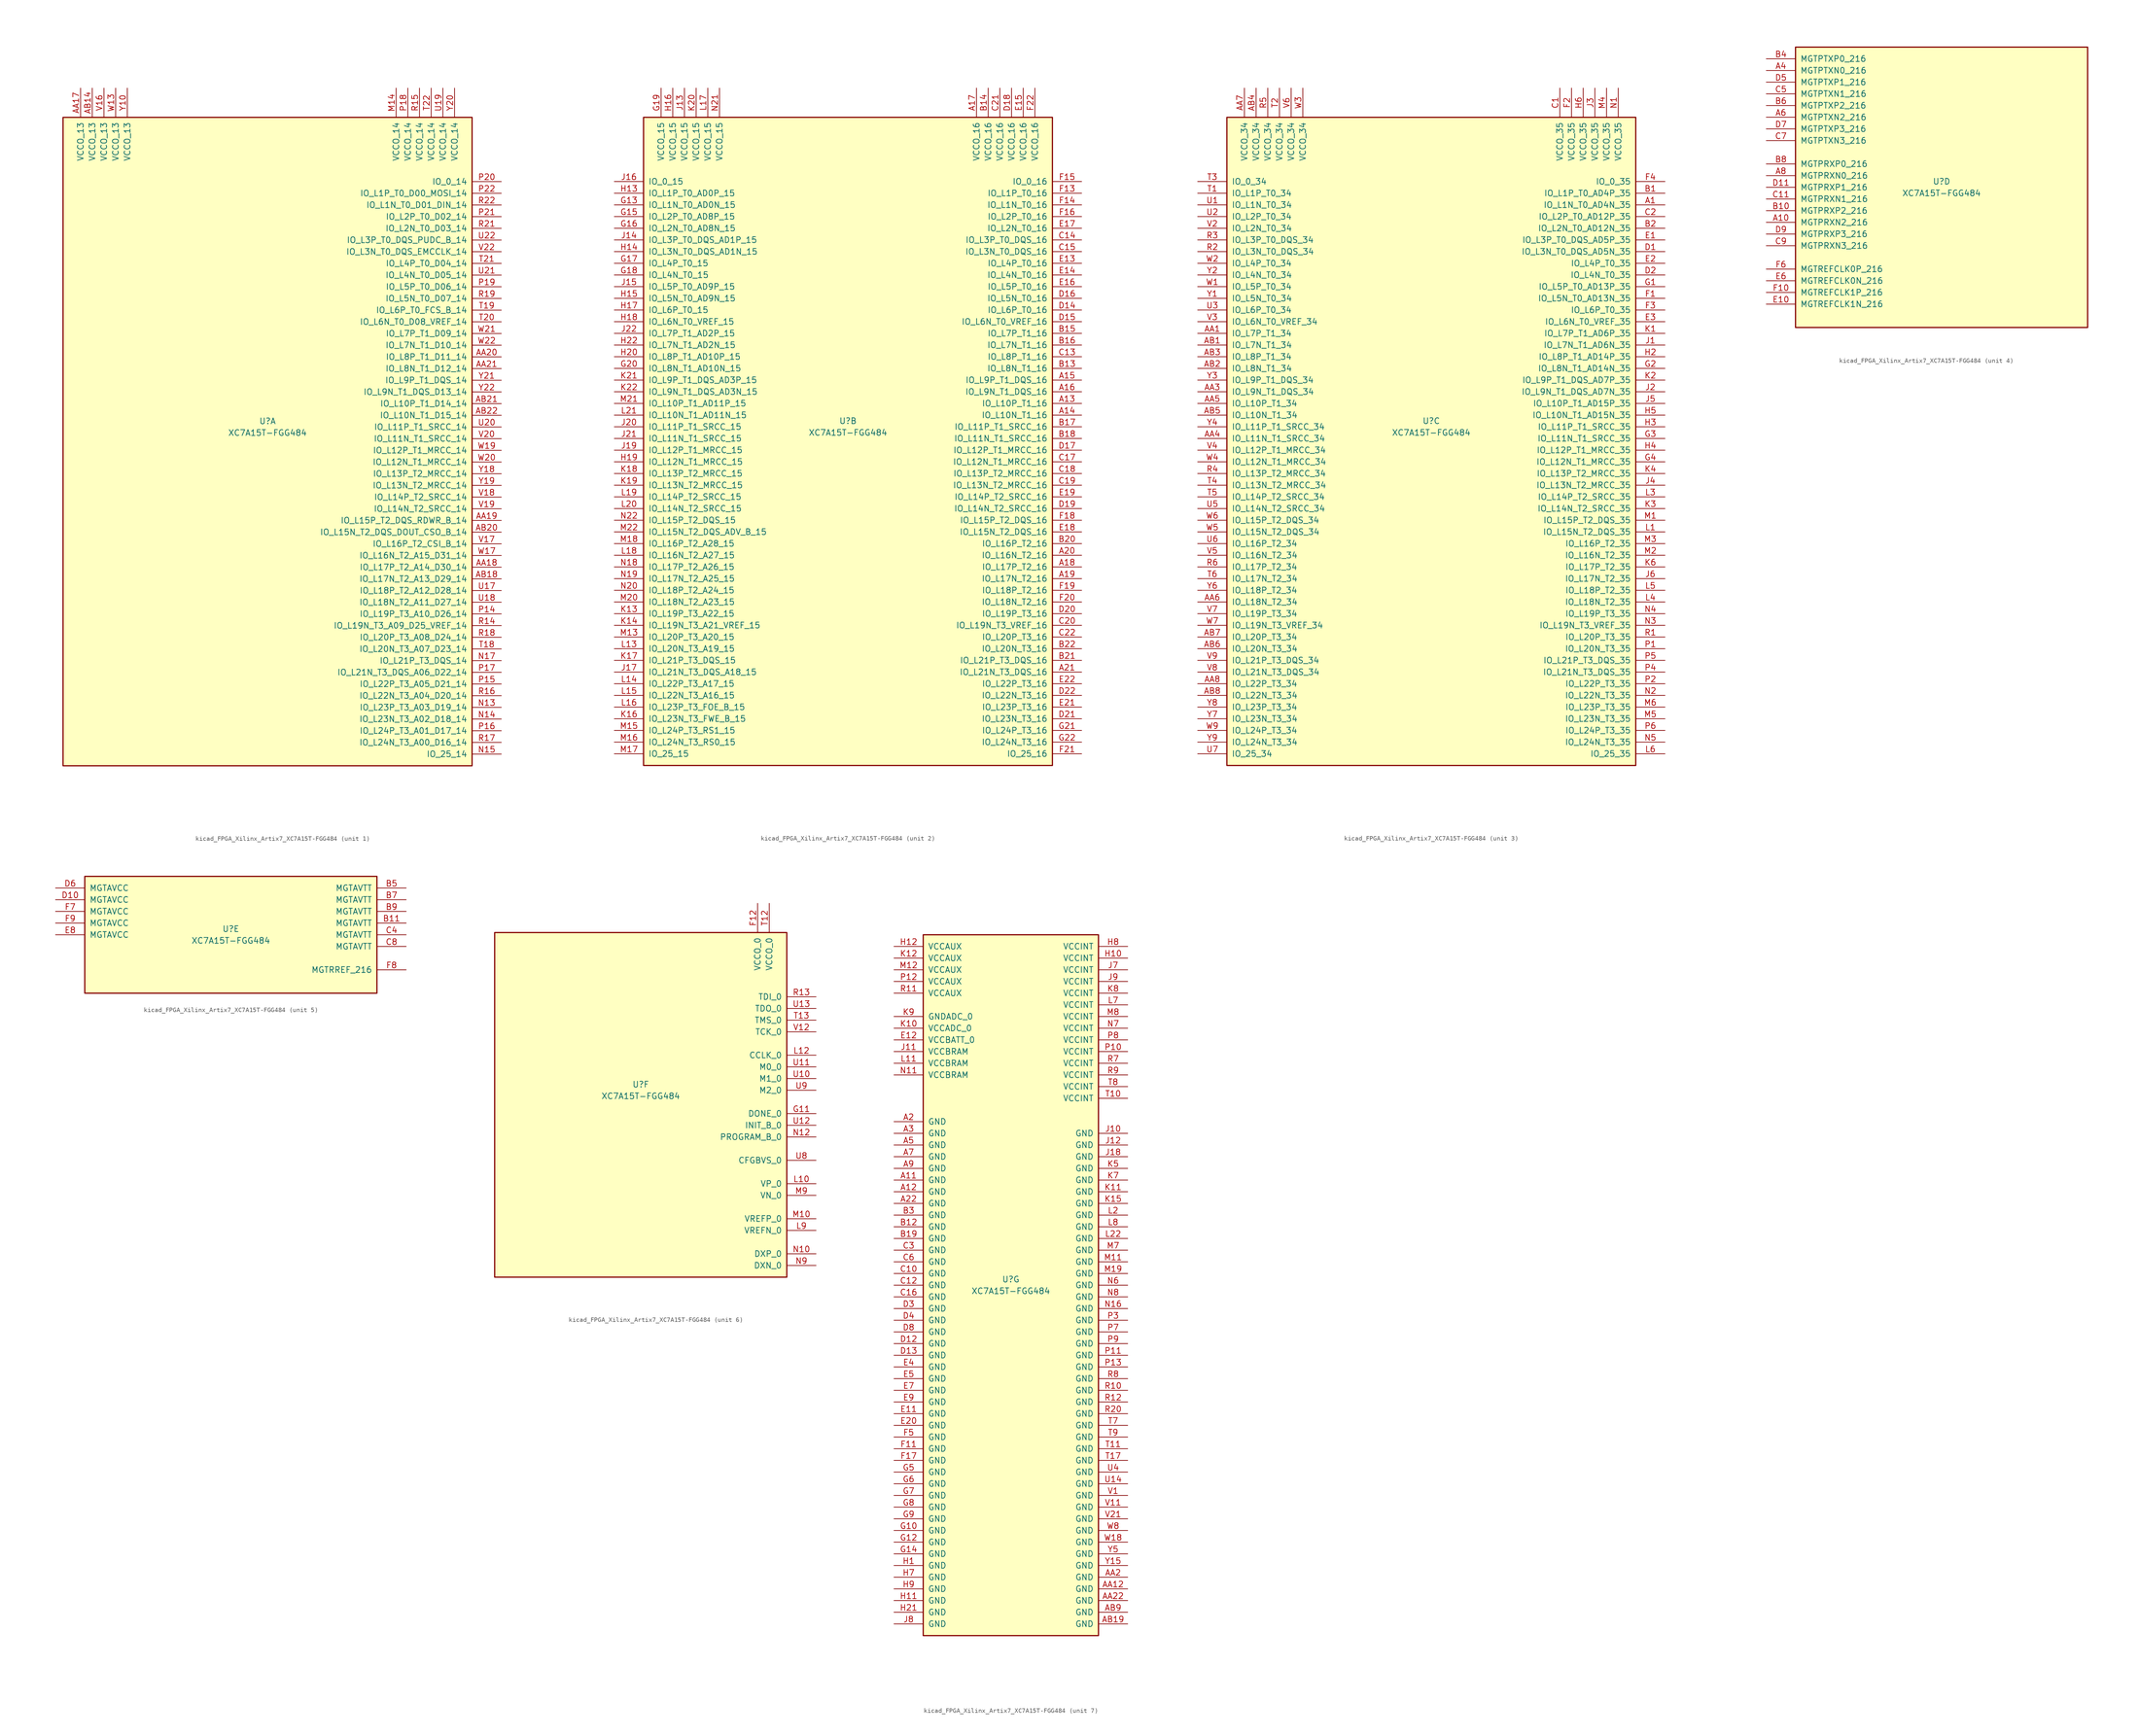
<source format=kicad_sym>
(kicad_symbol_lib
  (version 20220914)
  (generator kicad_symbol_editor)
  (symbol "kicad_FPGA_Xilinx_Artix7_XC7A15T-FGG484"
    (pin_names
      (offset 1.016))
    (property "Reference" "U"
      (at 0 1.27 0)
      (effects (font (size 1.27 1.27))))
    (property "Value" "XC7A15T-FGG484"
      (at 0 -1.27 0)
      (effects (font (size 1.27 1.27))))
    (property "Datasheet" ""
      (at 0 0 0)
      (effects (font (size 1.27 1.27))))
    (property "ki_locked" ""
      (at 0 0 0)
      (effects (font (size 1.27 1.27))))
    (symbol "kicad_FPGA_Xilinx_Artix7_XC7A15T-FGG484_1_1"
      (rectangle (start -44.45 67.31) (end 44.45 -73.66) (stroke (width 0.254) (type default)) (fill (type background)))
      (pin power_in line (at -40.64 73.66 270) (length 6.35) (name "VCCO_13" (effects (font (size 1.27 1.27)))) (number "AA17" (effects (font (size 1.27 1.27)))))
      (pin bidirectional line (at 50.8 -30.48 180) (length 6.35) (name "IO_L17P_T2_A14_D30_14" (effects (font (size 1.27 1.27)))) (number "AA18" (effects (font (size 1.27 1.27)))))
      (pin bidirectional line (at 50.8 -20.32 180) (length 6.35) (name "IO_L15P_T2_DQS_RDWR_B_14" (effects (font (size 1.27 1.27)))) (number "AA19" (effects (font (size 1.27 1.27)))))
      (pin bidirectional line (at 50.8 15.24 180) (length 6.35) (name "IO_L8P_T1_D11_14" (effects (font (size 1.27 1.27)))) (number "AA20" (effects (font (size 1.27 1.27)))))
      (pin bidirectional line (at 50.8 12.7 180) (length 6.35) (name "IO_L8N_T1_D12_14" (effects (font (size 1.27 1.27)))) (number "AA21" (effects (font (size 1.27 1.27)))))
      (pin power_in line (at -38.1 73.66 270) (length 6.35) (name "VCCO_13" (effects (font (size 1.27 1.27)))) (number "AB14" (effects (font (size 1.27 1.27)))))
      (pin bidirectional line (at 50.8 -33.02 180) (length 6.35) (name "IO_L17N_T2_A13_D29_14" (effects (font (size 1.27 1.27)))) (number "AB18" (effects (font (size 1.27 1.27)))))
      (pin bidirectional line (at 50.8 -22.86 180) (length 6.35) (name "IO_L15N_T2_DQS_DOUT_CSO_B_14" (effects (font (size 1.27 1.27)))) (number "AB20" (effects (font (size 1.27 1.27)))))
      (pin bidirectional line (at 50.8 5.08 180) (length 6.35) (name "IO_L10P_T1_D14_14" (effects (font (size 1.27 1.27)))) (number "AB21" (effects (font (size 1.27 1.27)))))
      (pin bidirectional line (at 50.8 2.54 180) (length 6.35) (name "IO_L10N_T1_D15_14" (effects (font (size 1.27 1.27)))) (number "AB22" (effects (font (size 1.27 1.27)))))
      (pin power_in line (at 27.94 73.66 270) (length 6.35) (name "VCCO_14" (effects (font (size 1.27 1.27)))) (number "M14" (effects (font (size 1.27 1.27)))))
      (pin bidirectional line (at 50.8 -60.96 180) (length 6.35) (name "IO_L23P_T3_A03_D19_14" (effects (font (size 1.27 1.27)))) (number "N13" (effects (font (size 1.27 1.27)))))
      (pin bidirectional line (at 50.8 -63.5 180) (length 6.35) (name "IO_L23N_T3_A02_D18_14" (effects (font (size 1.27 1.27)))) (number "N14" (effects (font (size 1.27 1.27)))))
      (pin bidirectional line (at 50.8 -71.12 180) (length 6.35) (name "IO_25_14" (effects (font (size 1.27 1.27)))) (number "N15" (effects (font (size 1.27 1.27)))))
      (pin bidirectional line (at 50.8 -50.8 180) (length 6.35) (name "IO_L21P_T3_DQS_14" (effects (font (size 1.27 1.27)))) (number "N17" (effects (font (size 1.27 1.27)))))
      (pin bidirectional line (at 50.8 -40.64 180) (length 6.35) (name "IO_L19P_T3_A10_D26_14" (effects (font (size 1.27 1.27)))) (number "P14" (effects (font (size 1.27 1.27)))))
      (pin bidirectional line (at 50.8 -55.88 180) (length 6.35) (name "IO_L22P_T3_A05_D21_14" (effects (font (size 1.27 1.27)))) (number "P15" (effects (font (size 1.27 1.27)))))
      (pin bidirectional line (at 50.8 -66.04 180) (length 6.35) (name "IO_L24P_T3_A01_D17_14" (effects (font (size 1.27 1.27)))) (number "P16" (effects (font (size 1.27 1.27)))))
      (pin bidirectional line (at 50.8 -53.34 180) (length 6.35) (name "IO_L21N_T3_DQS_A06_D22_14" (effects (font (size 1.27 1.27)))) (number "P17" (effects (font (size 1.27 1.27)))))
      (pin power_in line (at 30.48 73.66 270) (length 6.35) (name "VCCO_14" (effects (font (size 1.27 1.27)))) (number "P18" (effects (font (size 1.27 1.27)))))
      (pin bidirectional line (at 50.8 30.48 180) (length 6.35) (name "IO_L5P_T0_D06_14" (effects (font (size 1.27 1.27)))) (number "P19" (effects (font (size 1.27 1.27)))))
      (pin bidirectional line (at 50.8 53.34 180) (length 6.35) (name "IO_0_14" (effects (font (size 1.27 1.27)))) (number "P20" (effects (font (size 1.27 1.27)))))
      (pin bidirectional line (at 50.8 45.72 180) (length 6.35) (name "IO_L2P_T0_D02_14" (effects (font (size 1.27 1.27)))) (number "P21" (effects (font (size 1.27 1.27)))))
      (pin bidirectional line (at 50.8 50.8 180) (length 6.35) (name "IO_L1P_T0_D00_MOSI_14" (effects (font (size 1.27 1.27)))) (number "P22" (effects (font (size 1.27 1.27)))))
      (pin bidirectional line (at 50.8 -43.18 180) (length 6.35) (name "IO_L19N_T3_A09_D25_VREF_14" (effects (font (size 1.27 1.27)))) (number "R14" (effects (font (size 1.27 1.27)))))
      (pin power_in line (at 33.02 73.66 270) (length 6.35) (name "VCCO_14" (effects (font (size 1.27 1.27)))) (number "R15" (effects (font (size 1.27 1.27)))))
      (pin bidirectional line (at 50.8 -58.42 180) (length 6.35) (name "IO_L22N_T3_A04_D20_14" (effects (font (size 1.27 1.27)))) (number "R16" (effects (font (size 1.27 1.27)))))
      (pin bidirectional line (at 50.8 -68.58 180) (length 6.35) (name "IO_L24N_T3_A00_D16_14" (effects (font (size 1.27 1.27)))) (number "R17" (effects (font (size 1.27 1.27)))))
      (pin bidirectional line (at 50.8 -45.72 180) (length 6.35) (name "IO_L20P_T3_A08_D24_14" (effects (font (size 1.27 1.27)))) (number "R18" (effects (font (size 1.27 1.27)))))
      (pin bidirectional line (at 50.8 27.94 180) (length 6.35) (name "IO_L5N_T0_D07_14" (effects (font (size 1.27 1.27)))) (number "R19" (effects (font (size 1.27 1.27)))))
      (pin bidirectional line (at 50.8 43.18 180) (length 6.35) (name "IO_L2N_T0_D03_14" (effects (font (size 1.27 1.27)))) (number "R21" (effects (font (size 1.27 1.27)))))
      (pin bidirectional line (at 50.8 48.26 180) (length 6.35) (name "IO_L1N_T0_D01_DIN_14" (effects (font (size 1.27 1.27)))) (number "R22" (effects (font (size 1.27 1.27)))))
      (pin bidirectional line (at 50.8 -48.26 180) (length 6.35) (name "IO_L20N_T3_A07_D23_14" (effects (font (size 1.27 1.27)))) (number "T18" (effects (font (size 1.27 1.27)))))
      (pin bidirectional line (at 50.8 25.4 180) (length 6.35) (name "IO_L6P_T0_FCS_B_14" (effects (font (size 1.27 1.27)))) (number "T19" (effects (font (size 1.27 1.27)))))
      (pin bidirectional line (at 50.8 22.86 180) (length 6.35) (name "IO_L6N_T0_D08_VREF_14" (effects (font (size 1.27 1.27)))) (number "T20" (effects (font (size 1.27 1.27)))))
      (pin bidirectional line (at 50.8 35.56 180) (length 6.35) (name "IO_L4P_T0_D04_14" (effects (font (size 1.27 1.27)))) (number "T21" (effects (font (size 1.27 1.27)))))
      (pin power_in line (at 35.56 73.66 270) (length 6.35) (name "VCCO_14" (effects (font (size 1.27 1.27)))) (number "T22" (effects (font (size 1.27 1.27)))))
      (pin bidirectional line (at 50.8 -35.56 180) (length 6.35) (name "IO_L18P_T2_A12_D28_14" (effects (font (size 1.27 1.27)))) (number "U17" (effects (font (size 1.27 1.27)))))
      (pin bidirectional line (at 50.8 -38.1 180) (length 6.35) (name "IO_L18N_T2_A11_D27_14" (effects (font (size 1.27 1.27)))) (number "U18" (effects (font (size 1.27 1.27)))))
      (pin power_in line (at 38.1 73.66 270) (length 6.35) (name "VCCO_14" (effects (font (size 1.27 1.27)))) (number "U19" (effects (font (size 1.27 1.27)))))
      (pin bidirectional line (at 50.8 0 180) (length 6.35) (name "IO_L11P_T1_SRCC_14" (effects (font (size 1.27 1.27)))) (number "U20" (effects (font (size 1.27 1.27)))))
      (pin bidirectional line (at 50.8 33.02 180) (length 6.35) (name "IO_L4N_T0_D05_14" (effects (font (size 1.27 1.27)))) (number "U21" (effects (font (size 1.27 1.27)))))
      (pin bidirectional line (at 50.8 40.64 180) (length 6.35) (name "IO_L3P_T0_DQS_PUDC_B_14" (effects (font (size 1.27 1.27)))) (number "U22" (effects (font (size 1.27 1.27)))))
      (pin power_in line (at -35.56 73.66 270) (length 6.35) (name "VCCO_13" (effects (font (size 1.27 1.27)))) (number "V16" (effects (font (size 1.27 1.27)))))
      (pin bidirectional line (at 50.8 -25.4 180) (length 6.35) (name "IO_L16P_T2_CSI_B_14" (effects (font (size 1.27 1.27)))) (number "V17" (effects (font (size 1.27 1.27)))))
      (pin bidirectional line (at 50.8 -15.24 180) (length 6.35) (name "IO_L14P_T2_SRCC_14" (effects (font (size 1.27 1.27)))) (number "V18" (effects (font (size 1.27 1.27)))))
      (pin bidirectional line (at 50.8 -17.78 180) (length 6.35) (name "IO_L14N_T2_SRCC_14" (effects (font (size 1.27 1.27)))) (number "V19" (effects (font (size 1.27 1.27)))))
      (pin bidirectional line (at 50.8 -2.54 180) (length 6.35) (name "IO_L11N_T1_SRCC_14" (effects (font (size 1.27 1.27)))) (number "V20" (effects (font (size 1.27 1.27)))))
      (pin bidirectional line (at 50.8 38.1 180) (length 6.35) (name "IO_L3N_T0_DQS_EMCCLK_14" (effects (font (size 1.27 1.27)))) (number "V22" (effects (font (size 1.27 1.27)))))
      (pin power_in line (at -33.02 73.66 270) (length 6.35) (name "VCCO_13" (effects (font (size 1.27 1.27)))) (number "W13" (effects (font (size 1.27 1.27)))))
      (pin bidirectional line (at 50.8 -27.94 180) (length 6.35) (name "IO_L16N_T2_A15_D31_14" (effects (font (size 1.27 1.27)))) (number "W17" (effects (font (size 1.27 1.27)))))
      (pin bidirectional line (at 50.8 -5.08 180) (length 6.35) (name "IO_L12P_T1_MRCC_14" (effects (font (size 1.27 1.27)))) (number "W19" (effects (font (size 1.27 1.27)))))
      (pin bidirectional line (at 50.8 -7.62 180) (length 6.35) (name "IO_L12N_T1_MRCC_14" (effects (font (size 1.27 1.27)))) (number "W20" (effects (font (size 1.27 1.27)))))
      (pin bidirectional line (at 50.8 20.32 180) (length 6.35) (name "IO_L7P_T1_D09_14" (effects (font (size 1.27 1.27)))) (number "W21" (effects (font (size 1.27 1.27)))))
      (pin bidirectional line (at 50.8 17.78 180) (length 6.35) (name "IO_L7N_T1_D10_14" (effects (font (size 1.27 1.27)))) (number "W22" (effects (font (size 1.27 1.27)))))
      (pin power_in line (at -30.48 73.66 270) (length 6.35) (name "VCCO_13" (effects (font (size 1.27 1.27)))) (number "Y10" (effects (font (size 1.27 1.27)))))
      (pin bidirectional line (at 50.8 -10.16 180) (length 6.35) (name "IO_L13P_T2_MRCC_14" (effects (font (size 1.27 1.27)))) (number "Y18" (effects (font (size 1.27 1.27)))))
      (pin bidirectional line (at 50.8 -12.7 180) (length 6.35) (name "IO_L13N_T2_MRCC_14" (effects (font (size 1.27 1.27)))) (number "Y19" (effects (font (size 1.27 1.27)))))
      (pin power_in line (at 40.64 73.66 270) (length 6.35) (name "VCCO_14" (effects (font (size 1.27 1.27)))) (number "Y20" (effects (font (size 1.27 1.27)))))
      (pin bidirectional line (at 50.8 10.16 180) (length 6.35) (name "IO_L9P_T1_DQS_14" (effects (font (size 1.27 1.27)))) (number "Y21" (effects (font (size 1.27 1.27)))))
      (pin bidirectional line (at 50.8 7.62 180) (length 6.35) (name "IO_L9N_T1_DQS_D13_14" (effects (font (size 1.27 1.27)))) (number "Y22" (effects (font (size 1.27 1.27))))))
    (symbol "kicad_FPGA_Xilinx_Artix7_XC7A15T-FGG484_2_1"
      (rectangle (start -44.45 67.31) (end 44.45 -73.66) (stroke (width 0.254) (type default)) (fill (type background)))
      (pin bidirectional line (at 50.8 5.08 180) (length 6.35) (name "IO_L10P_T1_16" (effects (font (size 1.27 1.27)))) (number "A13" (effects (font (size 1.27 1.27)))))
      (pin bidirectional line (at 50.8 2.54 180) (length 6.35) (name "IO_L10N_T1_16" (effects (font (size 1.27 1.27)))) (number "A14" (effects (font (size 1.27 1.27)))))
      (pin bidirectional line (at 50.8 10.16 180) (length 6.35) (name "IO_L9P_T1_DQS_16" (effects (font (size 1.27 1.27)))) (number "A15" (effects (font (size 1.27 1.27)))))
      (pin bidirectional line (at 50.8 7.62 180) (length 6.35) (name "IO_L9N_T1_DQS_16" (effects (font (size 1.27 1.27)))) (number "A16" (effects (font (size 1.27 1.27)))))
      (pin power_in line (at 27.94 73.66 270) (length 6.35) (name "VCCO_16" (effects (font (size 1.27 1.27)))) (number "A17" (effects (font (size 1.27 1.27)))))
      (pin bidirectional line (at 50.8 -30.48 180) (length 6.35) (name "IO_L17P_T2_16" (effects (font (size 1.27 1.27)))) (number "A18" (effects (font (size 1.27 1.27)))))
      (pin bidirectional line (at 50.8 -33.02 180) (length 6.35) (name "IO_L17N_T2_16" (effects (font (size 1.27 1.27)))) (number "A19" (effects (font (size 1.27 1.27)))))
      (pin bidirectional line (at 50.8 -27.94 180) (length 6.35) (name "IO_L16N_T2_16" (effects (font (size 1.27 1.27)))) (number "A20" (effects (font (size 1.27 1.27)))))
      (pin bidirectional line (at 50.8 -53.34 180) (length 6.35) (name "IO_L21N_T3_DQS_16" (effects (font (size 1.27 1.27)))) (number "A21" (effects (font (size 1.27 1.27)))))
      (pin bidirectional line (at 50.8 12.7 180) (length 6.35) (name "IO_L8N_T1_16" (effects (font (size 1.27 1.27)))) (number "B13" (effects (font (size 1.27 1.27)))))
      (pin power_in line (at 30.48 73.66 270) (length 6.35) (name "VCCO_16" (effects (font (size 1.27 1.27)))) (number "B14" (effects (font (size 1.27 1.27)))))
      (pin bidirectional line (at 50.8 20.32 180) (length 6.35) (name "IO_L7P_T1_16" (effects (font (size 1.27 1.27)))) (number "B15" (effects (font (size 1.27 1.27)))))
      (pin bidirectional line (at 50.8 17.78 180) (length 6.35) (name "IO_L7N_T1_16" (effects (font (size 1.27 1.27)))) (number "B16" (effects (font (size 1.27 1.27)))))
      (pin bidirectional line (at 50.8 0 180) (length 6.35) (name "IO_L11P_T1_SRCC_16" (effects (font (size 1.27 1.27)))) (number "B17" (effects (font (size 1.27 1.27)))))
      (pin bidirectional line (at 50.8 -2.54 180) (length 6.35) (name "IO_L11N_T1_SRCC_16" (effects (font (size 1.27 1.27)))) (number "B18" (effects (font (size 1.27 1.27)))))
      (pin bidirectional line (at 50.8 -25.4 180) (length 6.35) (name "IO_L16P_T2_16" (effects (font (size 1.27 1.27)))) (number "B20" (effects (font (size 1.27 1.27)))))
      (pin bidirectional line (at 50.8 -50.8 180) (length 6.35) (name "IO_L21P_T3_DQS_16" (effects (font (size 1.27 1.27)))) (number "B21" (effects (font (size 1.27 1.27)))))
      (pin bidirectional line (at 50.8 -48.26 180) (length 6.35) (name "IO_L20N_T3_16" (effects (font (size 1.27 1.27)))) (number "B22" (effects (font (size 1.27 1.27)))))
      (pin bidirectional line (at 50.8 15.24 180) (length 6.35) (name "IO_L8P_T1_16" (effects (font (size 1.27 1.27)))) (number "C13" (effects (font (size 1.27 1.27)))))
      (pin bidirectional line (at 50.8 40.64 180) (length 6.35) (name "IO_L3P_T0_DQS_16" (effects (font (size 1.27 1.27)))) (number "C14" (effects (font (size 1.27 1.27)))))
      (pin bidirectional line (at 50.8 38.1 180) (length 6.35) (name "IO_L3N_T0_DQS_16" (effects (font (size 1.27 1.27)))) (number "C15" (effects (font (size 1.27 1.27)))))
      (pin bidirectional line (at 50.8 -7.62 180) (length 6.35) (name "IO_L12N_T1_MRCC_16" (effects (font (size 1.27 1.27)))) (number "C17" (effects (font (size 1.27 1.27)))))
      (pin bidirectional line (at 50.8 -10.16 180) (length 6.35) (name "IO_L13P_T2_MRCC_16" (effects (font (size 1.27 1.27)))) (number "C18" (effects (font (size 1.27 1.27)))))
      (pin bidirectional line (at 50.8 -12.7 180) (length 6.35) (name "IO_L13N_T2_MRCC_16" (effects (font (size 1.27 1.27)))) (number "C19" (effects (font (size 1.27 1.27)))))
      (pin bidirectional line (at 50.8 -43.18 180) (length 6.35) (name "IO_L19N_T3_VREF_16" (effects (font (size 1.27 1.27)))) (number "C20" (effects (font (size 1.27 1.27)))))
      (pin power_in line (at 33.02 73.66 270) (length 6.35) (name "VCCO_16" (effects (font (size 1.27 1.27)))) (number "C21" (effects (font (size 1.27 1.27)))))
      (pin bidirectional line (at 50.8 -45.72 180) (length 6.35) (name "IO_L20P_T3_16" (effects (font (size 1.27 1.27)))) (number "C22" (effects (font (size 1.27 1.27)))))
      (pin bidirectional line (at 50.8 25.4 180) (length 6.35) (name "IO_L6P_T0_16" (effects (font (size 1.27 1.27)))) (number "D14" (effects (font (size 1.27 1.27)))))
      (pin bidirectional line (at 50.8 22.86 180) (length 6.35) (name "IO_L6N_T0_VREF_16" (effects (font (size 1.27 1.27)))) (number "D15" (effects (font (size 1.27 1.27)))))
      (pin bidirectional line (at 50.8 27.94 180) (length 6.35) (name "IO_L5N_T0_16" (effects (font (size 1.27 1.27)))) (number "D16" (effects (font (size 1.27 1.27)))))
      (pin bidirectional line (at 50.8 -5.08 180) (length 6.35) (name "IO_L12P_T1_MRCC_16" (effects (font (size 1.27 1.27)))) (number "D17" (effects (font (size 1.27 1.27)))))
      (pin power_in line (at 35.56 73.66 270) (length 6.35) (name "VCCO_16" (effects (font (size 1.27 1.27)))) (number "D18" (effects (font (size 1.27 1.27)))))
      (pin bidirectional line (at 50.8 -17.78 180) (length 6.35) (name "IO_L14N_T2_SRCC_16" (effects (font (size 1.27 1.27)))) (number "D19" (effects (font (size 1.27 1.27)))))
      (pin bidirectional line (at 50.8 -40.64 180) (length 6.35) (name "IO_L19P_T3_16" (effects (font (size 1.27 1.27)))) (number "D20" (effects (font (size 1.27 1.27)))))
      (pin bidirectional line (at 50.8 -63.5 180) (length 6.35) (name "IO_L23N_T3_16" (effects (font (size 1.27 1.27)))) (number "D21" (effects (font (size 1.27 1.27)))))
      (pin bidirectional line (at 50.8 -58.42 180) (length 6.35) (name "IO_L22N_T3_16" (effects (font (size 1.27 1.27)))) (number "D22" (effects (font (size 1.27 1.27)))))
      (pin bidirectional line (at 50.8 35.56 180) (length 6.35) (name "IO_L4P_T0_16" (effects (font (size 1.27 1.27)))) (number "E13" (effects (font (size 1.27 1.27)))))
      (pin bidirectional line (at 50.8 33.02 180) (length 6.35) (name "IO_L4N_T0_16" (effects (font (size 1.27 1.27)))) (number "E14" (effects (font (size 1.27 1.27)))))
      (pin power_in line (at 38.1 73.66 270) (length 6.35) (name "VCCO_16" (effects (font (size 1.27 1.27)))) (number "E15" (effects (font (size 1.27 1.27)))))
      (pin bidirectional line (at 50.8 30.48 180) (length 6.35) (name "IO_L5P_T0_16" (effects (font (size 1.27 1.27)))) (number "E16" (effects (font (size 1.27 1.27)))))
      (pin bidirectional line (at 50.8 43.18 180) (length 6.35) (name "IO_L2N_T0_16" (effects (font (size 1.27 1.27)))) (number "E17" (effects (font (size 1.27 1.27)))))
      (pin bidirectional line (at 50.8 -22.86 180) (length 6.35) (name "IO_L15N_T2_DQS_16" (effects (font (size 1.27 1.27)))) (number "E18" (effects (font (size 1.27 1.27)))))
      (pin bidirectional line (at 50.8 -15.24 180) (length 6.35) (name "IO_L14P_T2_SRCC_16" (effects (font (size 1.27 1.27)))) (number "E19" (effects (font (size 1.27 1.27)))))
      (pin bidirectional line (at 50.8 -60.96 180) (length 6.35) (name "IO_L23P_T3_16" (effects (font (size 1.27 1.27)))) (number "E21" (effects (font (size 1.27 1.27)))))
      (pin bidirectional line (at 50.8 -55.88 180) (length 6.35) (name "IO_L22P_T3_16" (effects (font (size 1.27 1.27)))) (number "E22" (effects (font (size 1.27 1.27)))))
      (pin bidirectional line (at 50.8 50.8 180) (length 6.35) (name "IO_L1P_T0_16" (effects (font (size 1.27 1.27)))) (number "F13" (effects (font (size 1.27 1.27)))))
      (pin bidirectional line (at 50.8 48.26 180) (length 6.35) (name "IO_L1N_T0_16" (effects (font (size 1.27 1.27)))) (number "F14" (effects (font (size 1.27 1.27)))))
      (pin bidirectional line (at 50.8 53.34 180) (length 6.35) (name "IO_0_16" (effects (font (size 1.27 1.27)))) (number "F15" (effects (font (size 1.27 1.27)))))
      (pin bidirectional line (at 50.8 45.72 180) (length 6.35) (name "IO_L2P_T0_16" (effects (font (size 1.27 1.27)))) (number "F16" (effects (font (size 1.27 1.27)))))
      (pin bidirectional line (at 50.8 -20.32 180) (length 6.35) (name "IO_L15P_T2_DQS_16" (effects (font (size 1.27 1.27)))) (number "F18" (effects (font (size 1.27 1.27)))))
      (pin bidirectional line (at 50.8 -35.56 180) (length 6.35) (name "IO_L18P_T2_16" (effects (font (size 1.27 1.27)))) (number "F19" (effects (font (size 1.27 1.27)))))
      (pin bidirectional line (at 50.8 -38.1 180) (length 6.35) (name "IO_L18N_T2_16" (effects (font (size 1.27 1.27)))) (number "F20" (effects (font (size 1.27 1.27)))))
      (pin bidirectional line (at 50.8 -71.12 180) (length 6.35) (name "IO_25_16" (effects (font (size 1.27 1.27)))) (number "F21" (effects (font (size 1.27 1.27)))))
      (pin power_in line (at 40.64 73.66 270) (length 6.35) (name "VCCO_16" (effects (font (size 1.27 1.27)))) (number "F22" (effects (font (size 1.27 1.27)))))
      (pin bidirectional line (at -50.8 48.26 0) (length 6.35) (name "IO_L1N_T0_AD0N_15" (effects (font (size 1.27 1.27)))) (number "G13" (effects (font (size 1.27 1.27)))))
      (pin bidirectional line (at -50.8 45.72 0) (length 6.35) (name "IO_L2P_T0_AD8P_15" (effects (font (size 1.27 1.27)))) (number "G15" (effects (font (size 1.27 1.27)))))
      (pin bidirectional line (at -50.8 43.18 0) (length 6.35) (name "IO_L2N_T0_AD8N_15" (effects (font (size 1.27 1.27)))) (number "G16" (effects (font (size 1.27 1.27)))))
      (pin bidirectional line (at -50.8 35.56 0) (length 6.35) (name "IO_L4P_T0_15" (effects (font (size 1.27 1.27)))) (number "G17" (effects (font (size 1.27 1.27)))))
      (pin bidirectional line (at -50.8 33.02 0) (length 6.35) (name "IO_L4N_T0_15" (effects (font (size 1.27 1.27)))) (number "G18" (effects (font (size 1.27 1.27)))))
      (pin power_in line (at -40.64 73.66 270) (length 6.35) (name "VCCO_15" (effects (font (size 1.27 1.27)))) (number "G19" (effects (font (size 1.27 1.27)))))
      (pin bidirectional line (at -50.8 12.7 0) (length 6.35) (name "IO_L8N_T1_AD10N_15" (effects (font (size 1.27 1.27)))) (number "G20" (effects (font (size 1.27 1.27)))))
      (pin bidirectional line (at 50.8 -66.04 180) (length 6.35) (name "IO_L24P_T3_16" (effects (font (size 1.27 1.27)))) (number "G21" (effects (font (size 1.27 1.27)))))
      (pin bidirectional line (at 50.8 -68.58 180) (length 6.35) (name "IO_L24N_T3_16" (effects (font (size 1.27 1.27)))) (number "G22" (effects (font (size 1.27 1.27)))))
      (pin bidirectional line (at -50.8 50.8 0) (length 6.35) (name "IO_L1P_T0_AD0P_15" (effects (font (size 1.27 1.27)))) (number "H13" (effects (font (size 1.27 1.27)))))
      (pin bidirectional line (at -50.8 38.1 0) (length 6.35) (name "IO_L3N_T0_DQS_AD1N_15" (effects (font (size 1.27 1.27)))) (number "H14" (effects (font (size 1.27 1.27)))))
      (pin bidirectional line (at -50.8 27.94 0) (length 6.35) (name "IO_L5N_T0_AD9N_15" (effects (font (size 1.27 1.27)))) (number "H15" (effects (font (size 1.27 1.27)))))
      (pin power_in line (at -38.1 73.66 270) (length 6.35) (name "VCCO_15" (effects (font (size 1.27 1.27)))) (number "H16" (effects (font (size 1.27 1.27)))))
      (pin bidirectional line (at -50.8 25.4 0) (length 6.35) (name "IO_L6P_T0_15" (effects (font (size 1.27 1.27)))) (number "H17" (effects (font (size 1.27 1.27)))))
      (pin bidirectional line (at -50.8 22.86 0) (length 6.35) (name "IO_L6N_T0_VREF_15" (effects (font (size 1.27 1.27)))) (number "H18" (effects (font (size 1.27 1.27)))))
      (pin bidirectional line (at -50.8 -7.62 0) (length 6.35) (name "IO_L12N_T1_MRCC_15" (effects (font (size 1.27 1.27)))) (number "H19" (effects (font (size 1.27 1.27)))))
      (pin bidirectional line (at -50.8 15.24 0) (length 6.35) (name "IO_L8P_T1_AD10P_15" (effects (font (size 1.27 1.27)))) (number "H20" (effects (font (size 1.27 1.27)))))
      (pin bidirectional line (at -50.8 17.78 0) (length 6.35) (name "IO_L7N_T1_AD2N_15" (effects (font (size 1.27 1.27)))) (number "H22" (effects (font (size 1.27 1.27)))))
      (pin power_in line (at -35.56 73.66 270) (length 6.35) (name "VCCO_15" (effects (font (size 1.27 1.27)))) (number "J13" (effects (font (size 1.27 1.27)))))
      (pin bidirectional line (at -50.8 40.64 0) (length 6.35) (name "IO_L3P_T0_DQS_AD1P_15" (effects (font (size 1.27 1.27)))) (number "J14" (effects (font (size 1.27 1.27)))))
      (pin bidirectional line (at -50.8 30.48 0) (length 6.35) (name "IO_L5P_T0_AD9P_15" (effects (font (size 1.27 1.27)))) (number "J15" (effects (font (size 1.27 1.27)))))
      (pin bidirectional line (at -50.8 53.34 0) (length 6.35) (name "IO_0_15" (effects (font (size 1.27 1.27)))) (number "J16" (effects (font (size 1.27 1.27)))))
      (pin bidirectional line (at -50.8 -53.34 0) (length 6.35) (name "IO_L21N_T3_DQS_A18_15" (effects (font (size 1.27 1.27)))) (number "J17" (effects (font (size 1.27 1.27)))))
      (pin bidirectional line (at -50.8 -5.08 0) (length 6.35) (name "IO_L12P_T1_MRCC_15" (effects (font (size 1.27 1.27)))) (number "J19" (effects (font (size 1.27 1.27)))))
      (pin bidirectional line (at -50.8 0 0) (length 6.35) (name "IO_L11P_T1_SRCC_15" (effects (font (size 1.27 1.27)))) (number "J20" (effects (font (size 1.27 1.27)))))
      (pin bidirectional line (at -50.8 -2.54 0) (length 6.35) (name "IO_L11N_T1_SRCC_15" (effects (font (size 1.27 1.27)))) (number "J21" (effects (font (size 1.27 1.27)))))
      (pin bidirectional line (at -50.8 20.32 0) (length 6.35) (name "IO_L7P_T1_AD2P_15" (effects (font (size 1.27 1.27)))) (number "J22" (effects (font (size 1.27 1.27)))))
      (pin bidirectional line (at -50.8 -40.64 0) (length 6.35) (name "IO_L19P_T3_A22_15" (effects (font (size 1.27 1.27)))) (number "K13" (effects (font (size 1.27 1.27)))))
      (pin bidirectional line (at -50.8 -43.18 0) (length 6.35) (name "IO_L19N_T3_A21_VREF_15" (effects (font (size 1.27 1.27)))) (number "K14" (effects (font (size 1.27 1.27)))))
      (pin bidirectional line (at -50.8 -63.5 0) (length 6.35) (name "IO_L23N_T3_FWE_B_15" (effects (font (size 1.27 1.27)))) (number "K16" (effects (font (size 1.27 1.27)))))
      (pin bidirectional line (at -50.8 -50.8 0) (length 6.35) (name "IO_L21P_T3_DQS_15" (effects (font (size 1.27 1.27)))) (number "K17" (effects (font (size 1.27 1.27)))))
      (pin bidirectional line (at -50.8 -10.16 0) (length 6.35) (name "IO_L13P_T2_MRCC_15" (effects (font (size 1.27 1.27)))) (number "K18" (effects (font (size 1.27 1.27)))))
      (pin bidirectional line (at -50.8 -12.7 0) (length 6.35) (name "IO_L13N_T2_MRCC_15" (effects (font (size 1.27 1.27)))) (number "K19" (effects (font (size 1.27 1.27)))))
      (pin power_in line (at -33.02 73.66 270) (length 6.35) (name "VCCO_15" (effects (font (size 1.27 1.27)))) (number "K20" (effects (font (size 1.27 1.27)))))
      (pin bidirectional line (at -50.8 10.16 0) (length 6.35) (name "IO_L9P_T1_DQS_AD3P_15" (effects (font (size 1.27 1.27)))) (number "K21" (effects (font (size 1.27 1.27)))))
      (pin bidirectional line (at -50.8 7.62 0) (length 6.35) (name "IO_L9N_T1_DQS_AD3N_15" (effects (font (size 1.27 1.27)))) (number "K22" (effects (font (size 1.27 1.27)))))
      (pin bidirectional line (at -50.8 -48.26 0) (length 6.35) (name "IO_L20N_T3_A19_15" (effects (font (size 1.27 1.27)))) (number "L13" (effects (font (size 1.27 1.27)))))
      (pin bidirectional line (at -50.8 -55.88 0) (length 6.35) (name "IO_L22P_T3_A17_15" (effects (font (size 1.27 1.27)))) (number "L14" (effects (font (size 1.27 1.27)))))
      (pin bidirectional line (at -50.8 -58.42 0) (length 6.35) (name "IO_L22N_T3_A16_15" (effects (font (size 1.27 1.27)))) (number "L15" (effects (font (size 1.27 1.27)))))
      (pin bidirectional line (at -50.8 -60.96 0) (length 6.35) (name "IO_L23P_T3_FOE_B_15" (effects (font (size 1.27 1.27)))) (number "L16" (effects (font (size 1.27 1.27)))))
      (pin power_in line (at -30.48 73.66 270) (length 6.35) (name "VCCO_15" (effects (font (size 1.27 1.27)))) (number "L17" (effects (font (size 1.27 1.27)))))
      (pin bidirectional line (at -50.8 -27.94 0) (length 6.35) (name "IO_L16N_T2_A27_15" (effects (font (size 1.27 1.27)))) (number "L18" (effects (font (size 1.27 1.27)))))
      (pin bidirectional line (at -50.8 -15.24 0) (length 6.35) (name "IO_L14P_T2_SRCC_15" (effects (font (size 1.27 1.27)))) (number "L19" (effects (font (size 1.27 1.27)))))
      (pin bidirectional line (at -50.8 -17.78 0) (length 6.35) (name "IO_L14N_T2_SRCC_15" (effects (font (size 1.27 1.27)))) (number "L20" (effects (font (size 1.27 1.27)))))
      (pin bidirectional line (at -50.8 2.54 0) (length 6.35) (name "IO_L10N_T1_AD11N_15" (effects (font (size 1.27 1.27)))) (number "L21" (effects (font (size 1.27 1.27)))))
      (pin bidirectional line (at -50.8 -45.72 0) (length 6.35) (name "IO_L20P_T3_A20_15" (effects (font (size 1.27 1.27)))) (number "M13" (effects (font (size 1.27 1.27)))))
      (pin bidirectional line (at -50.8 -66.04 0) (length 6.35) (name "IO_L24P_T3_RS1_15" (effects (font (size 1.27 1.27)))) (number "M15" (effects (font (size 1.27 1.27)))))
      (pin bidirectional line (at -50.8 -68.58 0) (length 6.35) (name "IO_L24N_T3_RS0_15" (effects (font (size 1.27 1.27)))) (number "M16" (effects (font (size 1.27 1.27)))))
      (pin bidirectional line (at -50.8 -71.12 0) (length 6.35) (name "IO_25_15" (effects (font (size 1.27 1.27)))) (number "M17" (effects (font (size 1.27 1.27)))))
      (pin bidirectional line (at -50.8 -25.4 0) (length 6.35) (name "IO_L16P_T2_A28_15" (effects (font (size 1.27 1.27)))) (number "M18" (effects (font (size 1.27 1.27)))))
      (pin bidirectional line (at -50.8 -38.1 0) (length 6.35) (name "IO_L18N_T2_A23_15" (effects (font (size 1.27 1.27)))) (number "M20" (effects (font (size 1.27 1.27)))))
      (pin bidirectional line (at -50.8 5.08 0) (length 6.35) (name "IO_L10P_T1_AD11P_15" (effects (font (size 1.27 1.27)))) (number "M21" (effects (font (size 1.27 1.27)))))
      (pin bidirectional line (at -50.8 -22.86 0) (length 6.35) (name "IO_L15N_T2_DQS_ADV_B_15" (effects (font (size 1.27 1.27)))) (number "M22" (effects (font (size 1.27 1.27)))))
      (pin bidirectional line (at -50.8 -30.48 0) (length 6.35) (name "IO_L17P_T2_A26_15" (effects (font (size 1.27 1.27)))) (number "N18" (effects (font (size 1.27 1.27)))))
      (pin bidirectional line (at -50.8 -33.02 0) (length 6.35) (name "IO_L17N_T2_A25_15" (effects (font (size 1.27 1.27)))) (number "N19" (effects (font (size 1.27 1.27)))))
      (pin bidirectional line (at -50.8 -35.56 0) (length 6.35) (name "IO_L18P_T2_A24_15" (effects (font (size 1.27 1.27)))) (number "N20" (effects (font (size 1.27 1.27)))))
      (pin power_in line (at -27.94 73.66 270) (length 6.35) (name "VCCO_15" (effects (font (size 1.27 1.27)))) (number "N21" (effects (font (size 1.27 1.27)))))
      (pin bidirectional line (at -50.8 -20.32 0) (length 6.35) (name "IO_L15P_T2_DQS_15" (effects (font (size 1.27 1.27)))) (number "N22" (effects (font (size 1.27 1.27))))))
    (symbol "kicad_FPGA_Xilinx_Artix7_XC7A15T-FGG484_3_1"
      (rectangle (start -44.45 67.31) (end 44.45 -73.66) (stroke (width 0.254) (type default)) (fill (type background)))
      (pin bidirectional line (at 50.8 48.26 180) (length 6.35) (name "IO_L1N_T0_AD4N_35" (effects (font (size 1.27 1.27)))) (number "A1" (effects (font (size 1.27 1.27)))))
      (pin bidirectional line (at -50.8 20.32 0) (length 6.35) (name "IO_L7P_T1_34" (effects (font (size 1.27 1.27)))) (number "AA1" (effects (font (size 1.27 1.27)))))
      (pin bidirectional line (at -50.8 7.62 0) (length 6.35) (name "IO_L9N_T1_DQS_34" (effects (font (size 1.27 1.27)))) (number "AA3" (effects (font (size 1.27 1.27)))))
      (pin bidirectional line (at -50.8 -2.54 0) (length 6.35) (name "IO_L11N_T1_SRCC_34" (effects (font (size 1.27 1.27)))) (number "AA4" (effects (font (size 1.27 1.27)))))
      (pin bidirectional line (at -50.8 5.08 0) (length 6.35) (name "IO_L10P_T1_34" (effects (font (size 1.27 1.27)))) (number "AA5" (effects (font (size 1.27 1.27)))))
      (pin bidirectional line (at -50.8 -38.1 0) (length 6.35) (name "IO_L18N_T2_34" (effects (font (size 1.27 1.27)))) (number "AA6" (effects (font (size 1.27 1.27)))))
      (pin power_in line (at -40.64 73.66 270) (length 6.35) (name "VCCO_34" (effects (font (size 1.27 1.27)))) (number "AA7" (effects (font (size 1.27 1.27)))))
      (pin bidirectional line (at -50.8 -55.88 0) (length 6.35) (name "IO_L22P_T3_34" (effects (font (size 1.27 1.27)))) (number "AA8" (effects (font (size 1.27 1.27)))))
      (pin bidirectional line (at -50.8 17.78 0) (length 6.35) (name "IO_L7N_T1_34" (effects (font (size 1.27 1.27)))) (number "AB1" (effects (font (size 1.27 1.27)))))
      (pin bidirectional line (at -50.8 12.7 0) (length 6.35) (name "IO_L8N_T1_34" (effects (font (size 1.27 1.27)))) (number "AB2" (effects (font (size 1.27 1.27)))))
      (pin bidirectional line (at -50.8 15.24 0) (length 6.35) (name "IO_L8P_T1_34" (effects (font (size 1.27 1.27)))) (number "AB3" (effects (font (size 1.27 1.27)))))
      (pin power_in line (at -38.1 73.66 270) (length 6.35) (name "VCCO_34" (effects (font (size 1.27 1.27)))) (number "AB4" (effects (font (size 1.27 1.27)))))
      (pin bidirectional line (at -50.8 2.54 0) (length 6.35) (name "IO_L10N_T1_34" (effects (font (size 1.27 1.27)))) (number "AB5" (effects (font (size 1.27 1.27)))))
      (pin bidirectional line (at -50.8 -48.26 0) (length 6.35) (name "IO_L20N_T3_34" (effects (font (size 1.27 1.27)))) (number "AB6" (effects (font (size 1.27 1.27)))))
      (pin bidirectional line (at -50.8 -45.72 0) (length 6.35) (name "IO_L20P_T3_34" (effects (font (size 1.27 1.27)))) (number "AB7" (effects (font (size 1.27 1.27)))))
      (pin bidirectional line (at -50.8 -58.42 0) (length 6.35) (name "IO_L22N_T3_34" (effects (font (size 1.27 1.27)))) (number "AB8" (effects (font (size 1.27 1.27)))))
      (pin bidirectional line (at 50.8 50.8 180) (length 6.35) (name "IO_L1P_T0_AD4P_35" (effects (font (size 1.27 1.27)))) (number "B1" (effects (font (size 1.27 1.27)))))
      (pin bidirectional line (at 50.8 43.18 180) (length 6.35) (name "IO_L2N_T0_AD12N_35" (effects (font (size 1.27 1.27)))) (number "B2" (effects (font (size 1.27 1.27)))))
      (pin power_in line (at 27.94 73.66 270) (length 6.35) (name "VCCO_35" (effects (font (size 1.27 1.27)))) (number "C1" (effects (font (size 1.27 1.27)))))
      (pin bidirectional line (at 50.8 45.72 180) (length 6.35) (name "IO_L2P_T0_AD12P_35" (effects (font (size 1.27 1.27)))) (number "C2" (effects (font (size 1.27 1.27)))))
      (pin bidirectional line (at 50.8 38.1 180) (length 6.35) (name "IO_L3N_T0_DQS_AD5N_35" (effects (font (size 1.27 1.27)))) (number "D1" (effects (font (size 1.27 1.27)))))
      (pin bidirectional line (at 50.8 33.02 180) (length 6.35) (name "IO_L4N_T0_35" (effects (font (size 1.27 1.27)))) (number "D2" (effects (font (size 1.27 1.27)))))
      (pin bidirectional line (at 50.8 40.64 180) (length 6.35) (name "IO_L3P_T0_DQS_AD5P_35" (effects (font (size 1.27 1.27)))) (number "E1" (effects (font (size 1.27 1.27)))))
      (pin bidirectional line (at 50.8 35.56 180) (length 6.35) (name "IO_L4P_T0_35" (effects (font (size 1.27 1.27)))) (number "E2" (effects (font (size 1.27 1.27)))))
      (pin bidirectional line (at 50.8 22.86 180) (length 6.35) (name "IO_L6N_T0_VREF_35" (effects (font (size 1.27 1.27)))) (number "E3" (effects (font (size 1.27 1.27)))))
      (pin bidirectional line (at 50.8 27.94 180) (length 6.35) (name "IO_L5N_T0_AD13N_35" (effects (font (size 1.27 1.27)))) (number "F1" (effects (font (size 1.27 1.27)))))
      (pin power_in line (at 30.48 73.66 270) (length 6.35) (name "VCCO_35" (effects (font (size 1.27 1.27)))) (number "F2" (effects (font (size 1.27 1.27)))))
      (pin bidirectional line (at 50.8 25.4 180) (length 6.35) (name "IO_L6P_T0_35" (effects (font (size 1.27 1.27)))) (number "F3" (effects (font (size 1.27 1.27)))))
      (pin bidirectional line (at 50.8 53.34 180) (length 6.35) (name "IO_0_35" (effects (font (size 1.27 1.27)))) (number "F4" (effects (font (size 1.27 1.27)))))
      (pin bidirectional line (at 50.8 30.48 180) (length 6.35) (name "IO_L5P_T0_AD13P_35" (effects (font (size 1.27 1.27)))) (number "G1" (effects (font (size 1.27 1.27)))))
      (pin bidirectional line (at 50.8 12.7 180) (length 6.35) (name "IO_L8N_T1_AD14N_35" (effects (font (size 1.27 1.27)))) (number "G2" (effects (font (size 1.27 1.27)))))
      (pin bidirectional line (at 50.8 -2.54 180) (length 6.35) (name "IO_L11N_T1_SRCC_35" (effects (font (size 1.27 1.27)))) (number "G3" (effects (font (size 1.27 1.27)))))
      (pin bidirectional line (at 50.8 -7.62 180) (length 6.35) (name "IO_L12N_T1_MRCC_35" (effects (font (size 1.27 1.27)))) (number "G4" (effects (font (size 1.27 1.27)))))
      (pin bidirectional line (at 50.8 15.24 180) (length 6.35) (name "IO_L8P_T1_AD14P_35" (effects (font (size 1.27 1.27)))) (number "H2" (effects (font (size 1.27 1.27)))))
      (pin bidirectional line (at 50.8 0 180) (length 6.35) (name "IO_L11P_T1_SRCC_35" (effects (font (size 1.27 1.27)))) (number "H3" (effects (font (size 1.27 1.27)))))
      (pin bidirectional line (at 50.8 -5.08 180) (length 6.35) (name "IO_L12P_T1_MRCC_35" (effects (font (size 1.27 1.27)))) (number "H4" (effects (font (size 1.27 1.27)))))
      (pin bidirectional line (at 50.8 2.54 180) (length 6.35) (name "IO_L10N_T1_AD15N_35" (effects (font (size 1.27 1.27)))) (number "H5" (effects (font (size 1.27 1.27)))))
      (pin power_in line (at 33.02 73.66 270) (length 6.35) (name "VCCO_35" (effects (font (size 1.27 1.27)))) (number "H6" (effects (font (size 1.27 1.27)))))
      (pin bidirectional line (at 50.8 17.78 180) (length 6.35) (name "IO_L7N_T1_AD6N_35" (effects (font (size 1.27 1.27)))) (number "J1" (effects (font (size 1.27 1.27)))))
      (pin bidirectional line (at 50.8 7.62 180) (length 6.35) (name "IO_L9N_T1_DQS_AD7N_35" (effects (font (size 1.27 1.27)))) (number "J2" (effects (font (size 1.27 1.27)))))
      (pin power_in line (at 35.56 73.66 270) (length 6.35) (name "VCCO_35" (effects (font (size 1.27 1.27)))) (number "J3" (effects (font (size 1.27 1.27)))))
      (pin bidirectional line (at 50.8 -12.7 180) (length 6.35) (name "IO_L13N_T2_MRCC_35" (effects (font (size 1.27 1.27)))) (number "J4" (effects (font (size 1.27 1.27)))))
      (pin bidirectional line (at 50.8 5.08 180) (length 6.35) (name "IO_L10P_T1_AD15P_35" (effects (font (size 1.27 1.27)))) (number "J5" (effects (font (size 1.27 1.27)))))
      (pin bidirectional line (at 50.8 -33.02 180) (length 6.35) (name "IO_L17N_T2_35" (effects (font (size 1.27 1.27)))) (number "J6" (effects (font (size 1.27 1.27)))))
      (pin bidirectional line (at 50.8 20.32 180) (length 6.35) (name "IO_L7P_T1_AD6P_35" (effects (font (size 1.27 1.27)))) (number "K1" (effects (font (size 1.27 1.27)))))
      (pin bidirectional line (at 50.8 10.16 180) (length 6.35) (name "IO_L9P_T1_DQS_AD7P_35" (effects (font (size 1.27 1.27)))) (number "K2" (effects (font (size 1.27 1.27)))))
      (pin bidirectional line (at 50.8 -17.78 180) (length 6.35) (name "IO_L14N_T2_SRCC_35" (effects (font (size 1.27 1.27)))) (number "K3" (effects (font (size 1.27 1.27)))))
      (pin bidirectional line (at 50.8 -10.16 180) (length 6.35) (name "IO_L13P_T2_MRCC_35" (effects (font (size 1.27 1.27)))) (number "K4" (effects (font (size 1.27 1.27)))))
      (pin bidirectional line (at 50.8 -30.48 180) (length 6.35) (name "IO_L17P_T2_35" (effects (font (size 1.27 1.27)))) (number "K6" (effects (font (size 1.27 1.27)))))
      (pin bidirectional line (at 50.8 -22.86 180) (length 6.35) (name "IO_L15N_T2_DQS_35" (effects (font (size 1.27 1.27)))) (number "L1" (effects (font (size 1.27 1.27)))))
      (pin bidirectional line (at 50.8 -15.24 180) (length 6.35) (name "IO_L14P_T2_SRCC_35" (effects (font (size 1.27 1.27)))) (number "L3" (effects (font (size 1.27 1.27)))))
      (pin bidirectional line (at 50.8 -38.1 180) (length 6.35) (name "IO_L18N_T2_35" (effects (font (size 1.27 1.27)))) (number "L4" (effects (font (size 1.27 1.27)))))
      (pin bidirectional line (at 50.8 -35.56 180) (length 6.35) (name "IO_L18P_T2_35" (effects (font (size 1.27 1.27)))) (number "L5" (effects (font (size 1.27 1.27)))))
      (pin bidirectional line (at 50.8 -71.12 180) (length 6.35) (name "IO_25_35" (effects (font (size 1.27 1.27)))) (number "L6" (effects (font (size 1.27 1.27)))))
      (pin bidirectional line (at 50.8 -20.32 180) (length 6.35) (name "IO_L15P_T2_DQS_35" (effects (font (size 1.27 1.27)))) (number "M1" (effects (font (size 1.27 1.27)))))
      (pin bidirectional line (at 50.8 -27.94 180) (length 6.35) (name "IO_L16N_T2_35" (effects (font (size 1.27 1.27)))) (number "M2" (effects (font (size 1.27 1.27)))))
      (pin bidirectional line (at 50.8 -25.4 180) (length 6.35) (name "IO_L16P_T2_35" (effects (font (size 1.27 1.27)))) (number "M3" (effects (font (size 1.27 1.27)))))
      (pin power_in line (at 38.1 73.66 270) (length 6.35) (name "VCCO_35" (effects (font (size 1.27 1.27)))) (number "M4" (effects (font (size 1.27 1.27)))))
      (pin bidirectional line (at 50.8 -63.5 180) (length 6.35) (name "IO_L23N_T3_35" (effects (font (size 1.27 1.27)))) (number "M5" (effects (font (size 1.27 1.27)))))
      (pin bidirectional line (at 50.8 -60.96 180) (length 6.35) (name "IO_L23P_T3_35" (effects (font (size 1.27 1.27)))) (number "M6" (effects (font (size 1.27 1.27)))))
      (pin power_in line (at 40.64 73.66 270) (length 6.35) (name "VCCO_35" (effects (font (size 1.27 1.27)))) (number "N1" (effects (font (size 1.27 1.27)))))
      (pin bidirectional line (at 50.8 -58.42 180) (length 6.35) (name "IO_L22N_T3_35" (effects (font (size 1.27 1.27)))) (number "N2" (effects (font (size 1.27 1.27)))))
      (pin bidirectional line (at 50.8 -43.18 180) (length 6.35) (name "IO_L19N_T3_VREF_35" (effects (font (size 1.27 1.27)))) (number "N3" (effects (font (size 1.27 1.27)))))
      (pin bidirectional line (at 50.8 -40.64 180) (length 6.35) (name "IO_L19P_T3_35" (effects (font (size 1.27 1.27)))) (number "N4" (effects (font (size 1.27 1.27)))))
      (pin bidirectional line (at 50.8 -68.58 180) (length 6.35) (name "IO_L24N_T3_35" (effects (font (size 1.27 1.27)))) (number "N5" (effects (font (size 1.27 1.27)))))
      (pin bidirectional line (at 50.8 -48.26 180) (length 6.35) (name "IO_L20N_T3_35" (effects (font (size 1.27 1.27)))) (number "P1" (effects (font (size 1.27 1.27)))))
      (pin bidirectional line (at 50.8 -55.88 180) (length 6.35) (name "IO_L22P_T3_35" (effects (font (size 1.27 1.27)))) (number "P2" (effects (font (size 1.27 1.27)))))
      (pin bidirectional line (at 50.8 -53.34 180) (length 6.35) (name "IO_L21N_T3_DQS_35" (effects (font (size 1.27 1.27)))) (number "P4" (effects (font (size 1.27 1.27)))))
      (pin bidirectional line (at 50.8 -50.8 180) (length 6.35) (name "IO_L21P_T3_DQS_35" (effects (font (size 1.27 1.27)))) (number "P5" (effects (font (size 1.27 1.27)))))
      (pin bidirectional line (at 50.8 -66.04 180) (length 6.35) (name "IO_L24P_T3_35" (effects (font (size 1.27 1.27)))) (number "P6" (effects (font (size 1.27 1.27)))))
      (pin bidirectional line (at 50.8 -45.72 180) (length 6.35) (name "IO_L20P_T3_35" (effects (font (size 1.27 1.27)))) (number "R1" (effects (font (size 1.27 1.27)))))
      (pin bidirectional line (at -50.8 38.1 0) (length 6.35) (name "IO_L3N_T0_DQS_34" (effects (font (size 1.27 1.27)))) (number "R2" (effects (font (size 1.27 1.27)))))
      (pin bidirectional line (at -50.8 40.64 0) (length 6.35) (name "IO_L3P_T0_DQS_34" (effects (font (size 1.27 1.27)))) (number "R3" (effects (font (size 1.27 1.27)))))
      (pin bidirectional line (at -50.8 -10.16 0) (length 6.35) (name "IO_L13P_T2_MRCC_34" (effects (font (size 1.27 1.27)))) (number "R4" (effects (font (size 1.27 1.27)))))
      (pin power_in line (at -35.56 73.66 270) (length 6.35) (name "VCCO_34" (effects (font (size 1.27 1.27)))) (number "R5" (effects (font (size 1.27 1.27)))))
      (pin bidirectional line (at -50.8 -30.48 0) (length 6.35) (name "IO_L17P_T2_34" (effects (font (size 1.27 1.27)))) (number "R6" (effects (font (size 1.27 1.27)))))
      (pin bidirectional line (at -50.8 50.8 0) (length 6.35) (name "IO_L1P_T0_34" (effects (font (size 1.27 1.27)))) (number "T1" (effects (font (size 1.27 1.27)))))
      (pin power_in line (at -33.02 73.66 270) (length 6.35) (name "VCCO_34" (effects (font (size 1.27 1.27)))) (number "T2" (effects (font (size 1.27 1.27)))))
      (pin bidirectional line (at -50.8 53.34 0) (length 6.35) (name "IO_0_34" (effects (font (size 1.27 1.27)))) (number "T3" (effects (font (size 1.27 1.27)))))
      (pin bidirectional line (at -50.8 -12.7 0) (length 6.35) (name "IO_L13N_T2_MRCC_34" (effects (font (size 1.27 1.27)))) (number "T4" (effects (font (size 1.27 1.27)))))
      (pin bidirectional line (at -50.8 -15.24 0) (length 6.35) (name "IO_L14P_T2_SRCC_34" (effects (font (size 1.27 1.27)))) (number "T5" (effects (font (size 1.27 1.27)))))
      (pin bidirectional line (at -50.8 -33.02 0) (length 6.35) (name "IO_L17N_T2_34" (effects (font (size 1.27 1.27)))) (number "T6" (effects (font (size 1.27 1.27)))))
      (pin bidirectional line (at -50.8 48.26 0) (length 6.35) (name "IO_L1N_T0_34" (effects (font (size 1.27 1.27)))) (number "U1" (effects (font (size 1.27 1.27)))))
      (pin bidirectional line (at -50.8 45.72 0) (length 6.35) (name "IO_L2P_T0_34" (effects (font (size 1.27 1.27)))) (number "U2" (effects (font (size 1.27 1.27)))))
      (pin bidirectional line (at -50.8 25.4 0) (length 6.35) (name "IO_L6P_T0_34" (effects (font (size 1.27 1.27)))) (number "U3" (effects (font (size 1.27 1.27)))))
      (pin bidirectional line (at -50.8 -17.78 0) (length 6.35) (name "IO_L14N_T2_SRCC_34" (effects (font (size 1.27 1.27)))) (number "U5" (effects (font (size 1.27 1.27)))))
      (pin bidirectional line (at -50.8 -25.4 0) (length 6.35) (name "IO_L16P_T2_34" (effects (font (size 1.27 1.27)))) (number "U6" (effects (font (size 1.27 1.27)))))
      (pin bidirectional line (at -50.8 -71.12 0) (length 6.35) (name "IO_25_34" (effects (font (size 1.27 1.27)))) (number "U7" (effects (font (size 1.27 1.27)))))
      (pin bidirectional line (at -50.8 43.18 0) (length 6.35) (name "IO_L2N_T0_34" (effects (font (size 1.27 1.27)))) (number "V2" (effects (font (size 1.27 1.27)))))
      (pin bidirectional line (at -50.8 22.86 0) (length 6.35) (name "IO_L6N_T0_VREF_34" (effects (font (size 1.27 1.27)))) (number "V3" (effects (font (size 1.27 1.27)))))
      (pin bidirectional line (at -50.8 -5.08 0) (length 6.35) (name "IO_L12P_T1_MRCC_34" (effects (font (size 1.27 1.27)))) (number "V4" (effects (font (size 1.27 1.27)))))
      (pin bidirectional line (at -50.8 -27.94 0) (length 6.35) (name "IO_L16N_T2_34" (effects (font (size 1.27 1.27)))) (number "V5" (effects (font (size 1.27 1.27)))))
      (pin power_in line (at -30.48 73.66 270) (length 6.35) (name "VCCO_34" (effects (font (size 1.27 1.27)))) (number "V6" (effects (font (size 1.27 1.27)))))
      (pin bidirectional line (at -50.8 -40.64 0) (length 6.35) (name "IO_L19P_T3_34" (effects (font (size 1.27 1.27)))) (number "V7" (effects (font (size 1.27 1.27)))))
      (pin bidirectional line (at -50.8 -53.34 0) (length 6.35) (name "IO_L21N_T3_DQS_34" (effects (font (size 1.27 1.27)))) (number "V8" (effects (font (size 1.27 1.27)))))
      (pin bidirectional line (at -50.8 -50.8 0) (length 6.35) (name "IO_L21P_T3_DQS_34" (effects (font (size 1.27 1.27)))) (number "V9" (effects (font (size 1.27 1.27)))))
      (pin bidirectional line (at -50.8 30.48 0) (length 6.35) (name "IO_L5P_T0_34" (effects (font (size 1.27 1.27)))) (number "W1" (effects (font (size 1.27 1.27)))))
      (pin bidirectional line (at -50.8 35.56 0) (length 6.35) (name "IO_L4P_T0_34" (effects (font (size 1.27 1.27)))) (number "W2" (effects (font (size 1.27 1.27)))))
      (pin power_in line (at -27.94 73.66 270) (length 6.35) (name "VCCO_34" (effects (font (size 1.27 1.27)))) (number "W3" (effects (font (size 1.27 1.27)))))
      (pin bidirectional line (at -50.8 -7.62 0) (length 6.35) (name "IO_L12N_T1_MRCC_34" (effects (font (size 1.27 1.27)))) (number "W4" (effects (font (size 1.27 1.27)))))
      (pin bidirectional line (at -50.8 -22.86 0) (length 6.35) (name "IO_L15N_T2_DQS_34" (effects (font (size 1.27 1.27)))) (number "W5" (effects (font (size 1.27 1.27)))))
      (pin bidirectional line (at -50.8 -20.32 0) (length 6.35) (name "IO_L15P_T2_DQS_34" (effects (font (size 1.27 1.27)))) (number "W6" (effects (font (size 1.27 1.27)))))
      (pin bidirectional line (at -50.8 -43.18 0) (length 6.35) (name "IO_L19N_T3_VREF_34" (effects (font (size 1.27 1.27)))) (number "W7" (effects (font (size 1.27 1.27)))))
      (pin bidirectional line (at -50.8 -66.04 0) (length 6.35) (name "IO_L24P_T3_34" (effects (font (size 1.27 1.27)))) (number "W9" (effects (font (size 1.27 1.27)))))
      (pin bidirectional line (at -50.8 27.94 0) (length 6.35) (name "IO_L5N_T0_34" (effects (font (size 1.27 1.27)))) (number "Y1" (effects (font (size 1.27 1.27)))))
      (pin bidirectional line (at -50.8 33.02 0) (length 6.35) (name "IO_L4N_T0_34" (effects (font (size 1.27 1.27)))) (number "Y2" (effects (font (size 1.27 1.27)))))
      (pin bidirectional line (at -50.8 10.16 0) (length 6.35) (name "IO_L9P_T1_DQS_34" (effects (font (size 1.27 1.27)))) (number "Y3" (effects (font (size 1.27 1.27)))))
      (pin bidirectional line (at -50.8 0 0) (length 6.35) (name "IO_L11P_T1_SRCC_34" (effects (font (size 1.27 1.27)))) (number "Y4" (effects (font (size 1.27 1.27)))))
      (pin bidirectional line (at -50.8 -35.56 0) (length 6.35) (name "IO_L18P_T2_34" (effects (font (size 1.27 1.27)))) (number "Y6" (effects (font (size 1.27 1.27)))))
      (pin bidirectional line (at -50.8 -63.5 0) (length 6.35) (name "IO_L23N_T3_34" (effects (font (size 1.27 1.27)))) (number "Y7" (effects (font (size 1.27 1.27)))))
      (pin bidirectional line (at -50.8 -60.96 0) (length 6.35) (name "IO_L23P_T3_34" (effects (font (size 1.27 1.27)))) (number "Y8" (effects (font (size 1.27 1.27)))))
      (pin bidirectional line (at -50.8 -68.58 0) (length 6.35) (name "IO_L24N_T3_34" (effects (font (size 1.27 1.27)))) (number "Y9" (effects (font (size 1.27 1.27))))))
    (symbol "kicad_FPGA_Xilinx_Artix7_XC7A15T-FGG484_4_1"
      (rectangle (start -31.75 30.48) (end 31.75 -30.48) (stroke (width 0.254) (type default)) (fill (type background)))
      (pin bidirectional line (at -38.1 -7.62 0) (length 6.35) (name "MGTPRXN2_216" (effects (font (size 1.27 1.27)))) (number "A10" (effects (font (size 1.27 1.27)))))
      (pin bidirectional line (at -38.1 25.4 0) (length 6.35) (name "MGTPTXN0_216" (effects (font (size 1.27 1.27)))) (number "A4" (effects (font (size 1.27 1.27)))))
      (pin bidirectional line (at -38.1 15.24 0) (length 6.35) (name "MGTPTXN2_216" (effects (font (size 1.27 1.27)))) (number "A6" (effects (font (size 1.27 1.27)))))
      (pin bidirectional line (at -38.1 2.54 0) (length 6.35) (name "MGTPRXN0_216" (effects (font (size 1.27 1.27)))) (number "A8" (effects (font (size 1.27 1.27)))))
      (pin bidirectional line (at -38.1 -5.08 0) (length 6.35) (name "MGTPRXP2_216" (effects (font (size 1.27 1.27)))) (number "B10" (effects (font (size 1.27 1.27)))))
      (pin bidirectional line (at -38.1 27.94 0) (length 6.35) (name "MGTPTXP0_216" (effects (font (size 1.27 1.27)))) (number "B4" (effects (font (size 1.27 1.27)))))
      (pin bidirectional line (at -38.1 17.78 0) (length 6.35) (name "MGTPTXP2_216" (effects (font (size 1.27 1.27)))) (number "B6" (effects (font (size 1.27 1.27)))))
      (pin bidirectional line (at -38.1 5.08 0) (length 6.35) (name "MGTPRXP0_216" (effects (font (size 1.27 1.27)))) (number "B8" (effects (font (size 1.27 1.27)))))
      (pin bidirectional line (at -38.1 -2.54 0) (length 6.35) (name "MGTPRXN1_216" (effects (font (size 1.27 1.27)))) (number "C11" (effects (font (size 1.27 1.27)))))
      (pin bidirectional line (at -38.1 20.32 0) (length 6.35) (name "MGTPTXN1_216" (effects (font (size 1.27 1.27)))) (number "C5" (effects (font (size 1.27 1.27)))))
      (pin bidirectional line (at -38.1 10.16 0) (length 6.35) (name "MGTPTXN3_216" (effects (font (size 1.27 1.27)))) (number "C7" (effects (font (size 1.27 1.27)))))
      (pin bidirectional line (at -38.1 -12.7 0) (length 6.35) (name "MGTPRXN3_216" (effects (font (size 1.27 1.27)))) (number "C9" (effects (font (size 1.27 1.27)))))
      (pin bidirectional line (at -38.1 0 0) (length 6.35) (name "MGTPRXP1_216" (effects (font (size 1.27 1.27)))) (number "D11" (effects (font (size 1.27 1.27)))))
      (pin bidirectional line (at -38.1 22.86 0) (length 6.35) (name "MGTPTXP1_216" (effects (font (size 1.27 1.27)))) (number "D5" (effects (font (size 1.27 1.27)))))
      (pin bidirectional line (at -38.1 12.7 0) (length 6.35) (name "MGTPTXP3_216" (effects (font (size 1.27 1.27)))) (number "D7" (effects (font (size 1.27 1.27)))))
      (pin bidirectional line (at -38.1 -10.16 0) (length 6.35) (name "MGTPRXP3_216" (effects (font (size 1.27 1.27)))) (number "D9" (effects (font (size 1.27 1.27)))))
      (pin bidirectional line (at -38.1 -25.4 0) (length 6.35) (name "MGTREFCLK1N_216" (effects (font (size 1.27 1.27)))) (number "E10" (effects (font (size 1.27 1.27)))))
      (pin bidirectional line (at -38.1 -20.32 0) (length 6.35) (name "MGTREFCLK0N_216" (effects (font (size 1.27 1.27)))) (number "E6" (effects (font (size 1.27 1.27)))))
      (pin bidirectional line (at -38.1 -22.86 0) (length 6.35) (name "MGTREFCLK1P_216" (effects (font (size 1.27 1.27)))) (number "F10" (effects (font (size 1.27 1.27)))))
      (pin bidirectional line (at -38.1 -17.78 0) (length 6.35) (name "MGTREFCLK0P_216" (effects (font (size 1.27 1.27)))) (number "F6" (effects (font (size 1.27 1.27))))))
    (symbol "kicad_FPGA_Xilinx_Artix7_XC7A15T-FGG484_5_1"
      (rectangle (start -31.75 12.7) (end 31.75 -12.7) (stroke (width 0.254) (type default)) (fill (type background)))
      (pin power_in line (at 38.1 2.54 180) (length 6.35) (name "MGTAVTT" (effects (font (size 1.27 1.27)))) (number "B11" (effects (font (size 1.27 1.27)))))
      (pin power_in line (at 38.1 10.16 180) (length 6.35) (name "MGTAVTT" (effects (font (size 1.27 1.27)))) (number "B5" (effects (font (size 1.27 1.27)))))
      (pin power_in line (at 38.1 7.62 180) (length 6.35) (name "MGTAVTT" (effects (font (size 1.27 1.27)))) (number "B7" (effects (font (size 1.27 1.27)))))
      (pin power_in line (at 38.1 5.08 180) (length 6.35) (name "MGTAVTT" (effects (font (size 1.27 1.27)))) (number "B9" (effects (font (size 1.27 1.27)))))
      (pin power_in line (at 38.1 0 180) (length 6.35) (name "MGTAVTT" (effects (font (size 1.27 1.27)))) (number "C4" (effects (font (size 1.27 1.27)))))
      (pin power_in line (at 38.1 -2.54 180) (length 6.35) (name "MGTAVTT" (effects (font (size 1.27 1.27)))) (number "C8" (effects (font (size 1.27 1.27)))))
      (pin power_in line (at -38.1 7.62 0) (length 6.35) (name "MGTAVCC" (effects (font (size 1.27 1.27)))) (number "D10" (effects (font (size 1.27 1.27)))))
      (pin power_in line (at -38.1 10.16 0) (length 6.35) (name "MGTAVCC" (effects (font (size 1.27 1.27)))) (number "D6" (effects (font (size 1.27 1.27)))))
      (pin power_in line (at -38.1 0 0) (length 6.35) (name "MGTAVCC" (effects (font (size 1.27 1.27)))) (number "E8" (effects (font (size 1.27 1.27)))))
      (pin power_in line (at -38.1 5.08 0) (length 6.35) (name "MGTAVCC" (effects (font (size 1.27 1.27)))) (number "F7" (effects (font (size 1.27 1.27)))))
      (pin power_in line (at 38.1 -7.62 180) (length 6.35) (name "MGTRREF_216" (effects (font (size 1.27 1.27)))) (number "F8" (effects (font (size 1.27 1.27)))))
      (pin power_in line (at -38.1 2.54 0) (length 6.35) (name "MGTAVCC" (effects (font (size 1.27 1.27)))) (number "F9" (effects (font (size 1.27 1.27))))))
    (symbol "kicad_FPGA_Xilinx_Artix7_XC7A15T-FGG484_6_1"
      (rectangle (start -31.75 34.29) (end 31.75 -40.64) (stroke (width 0.254) (type default)) (fill (type background)))
      (pin power_in line (at 25.4 40.64 270) (length 6.35) (name "VCCO_0" (effects (font (size 1.27 1.27)))) (number "F12" (effects (font (size 1.27 1.27)))))
      (pin bidirectional line (at 38.1 -5.08 180) (length 6.35) (name "DONE_0" (effects (font (size 1.27 1.27)))) (number "G11" (effects (font (size 1.27 1.27)))))
      (pin bidirectional line (at 38.1 -20.32 180) (length 6.35) (name "VP_0" (effects (font (size 1.27 1.27)))) (number "L10" (effects (font (size 1.27 1.27)))))
      (pin bidirectional line (at 38.1 7.62 180) (length 6.35) (name "CCLK_0" (effects (font (size 1.27 1.27)))) (number "L12" (effects (font (size 1.27 1.27)))))
      (pin bidirectional line (at 38.1 -30.48 180) (length 6.35) (name "VREFN_0" (effects (font (size 1.27 1.27)))) (number "L9" (effects (font (size 1.27 1.27)))))
      (pin bidirectional line (at 38.1 -27.94 180) (length 6.35) (name "VREFP_0" (effects (font (size 1.27 1.27)))) (number "M10" (effects (font (size 1.27 1.27)))))
      (pin bidirectional line (at 38.1 -22.86 180) (length 6.35) (name "VN_0" (effects (font (size 1.27 1.27)))) (number "M9" (effects (font (size 1.27 1.27)))))
      (pin bidirectional line (at 38.1 -35.56 180) (length 6.35) (name "DXP_0" (effects (font (size 1.27 1.27)))) (number "N10" (effects (font (size 1.27 1.27)))))
      (pin bidirectional line (at 38.1 -10.16 180) (length 6.35) (name "PROGRAM_B_0" (effects (font (size 1.27 1.27)))) (number "N12" (effects (font (size 1.27 1.27)))))
      (pin bidirectional line (at 38.1 -38.1 180) (length 6.35) (name "DXN_0" (effects (font (size 1.27 1.27)))) (number "N9" (effects (font (size 1.27 1.27)))))
      (pin bidirectional line (at 38.1 20.32 180) (length 6.35) (name "TDI_0" (effects (font (size 1.27 1.27)))) (number "R13" (effects (font (size 1.27 1.27)))))
      (pin power_in line (at 27.94 40.64 270) (length 6.35) (name "VCCO_0" (effects (font (size 1.27 1.27)))) (number "T12" (effects (font (size 1.27 1.27)))))
      (pin bidirectional line (at 38.1 15.24 180) (length 6.35) (name "TMS_0" (effects (font (size 1.27 1.27)))) (number "T13" (effects (font (size 1.27 1.27)))))
      (pin bidirectional line (at 38.1 2.54 180) (length 6.35) (name "M1_0" (effects (font (size 1.27 1.27)))) (number "U10" (effects (font (size 1.27 1.27)))))
      (pin bidirectional line (at 38.1 5.08 180) (length 6.35) (name "M0_0" (effects (font (size 1.27 1.27)))) (number "U11" (effects (font (size 1.27 1.27)))))
      (pin bidirectional line (at 38.1 -7.62 180) (length 6.35) (name "INIT_B_0" (effects (font (size 1.27 1.27)))) (number "U12" (effects (font (size 1.27 1.27)))))
      (pin bidirectional line (at 38.1 17.78 180) (length 6.35) (name "TDO_0" (effects (font (size 1.27 1.27)))) (number "U13" (effects (font (size 1.27 1.27)))))
      (pin bidirectional line (at 38.1 -15.24 180) (length 6.35) (name "CFGBVS_0" (effects (font (size 1.27 1.27)))) (number "U8" (effects (font (size 1.27 1.27)))))
      (pin bidirectional line (at 38.1 0 180) (length 6.35) (name "M2_0" (effects (font (size 1.27 1.27)))) (number "U9" (effects (font (size 1.27 1.27)))))
      (pin bidirectional line (at 38.1 12.7 180) (length 6.35) (name "TCK_0" (effects (font (size 1.27 1.27)))) (number "V12" (effects (font (size 1.27 1.27))))))
    (symbol "kicad_FPGA_Xilinx_Artix7_XC7A15T-FGG484_7_1"
      (rectangle (start -19.05 76.2) (end 19.05 -76.2) (stroke (width 0.254) (type default)) (fill (type background)))
      (pin power_in line (at -25.4 22.86 0) (length 6.35) (name "GND" (effects (font (size 1.27 1.27)))) (number "A11" (effects (font (size 1.27 1.27)))))
      (pin power_in line (at -25.4 20.32 0) (length 6.35) (name "GND" (effects (font (size 1.27 1.27)))) (number "A12" (effects (font (size 1.27 1.27)))))
      (pin power_in line (at -25.4 35.56 0) (length 6.35) (name "GND" (effects (font (size 1.27 1.27)))) (number "A2" (effects (font (size 1.27 1.27)))))
      (pin power_in line (at -25.4 17.78 0) (length 6.35) (name "GND" (effects (font (size 1.27 1.27)))) (number "A22" (effects (font (size 1.27 1.27)))))
      (pin power_in line (at -25.4 33.02 0) (length 6.35) (name "GND" (effects (font (size 1.27 1.27)))) (number "A3" (effects (font (size 1.27 1.27)))))
      (pin power_in line (at -25.4 30.48 0) (length 6.35) (name "GND" (effects (font (size 1.27 1.27)))) (number "A5" (effects (font (size 1.27 1.27)))))
      (pin power_in line (at -25.4 27.94 0) (length 6.35) (name "GND" (effects (font (size 1.27 1.27)))) (number "A7" (effects (font (size 1.27 1.27)))))
      (pin power_in line (at -25.4 25.4 0) (length 6.35) (name "GND" (effects (font (size 1.27 1.27)))) (number "A9" (effects (font (size 1.27 1.27)))))
      (pin power_in line (at 25.4 -66.04 180) (length 6.35) (name "GND" (effects (font (size 1.27 1.27)))) (number "AA12" (effects (font (size 1.27 1.27)))))
      (pin power_in line (at 25.4 -63.5 180) (length 6.35) (name "GND" (effects (font (size 1.27 1.27)))) (number "AA2" (effects (font (size 1.27 1.27)))))
      (pin power_in line (at 25.4 -68.58 180) (length 6.35) (name "GND" (effects (font (size 1.27 1.27)))) (number "AA22" (effects (font (size 1.27 1.27)))))
      (pin power_in line (at 25.4 -73.66 180) (length 6.35) (name "GND" (effects (font (size 1.27 1.27)))) (number "AB19" (effects (font (size 1.27 1.27)))))
      (pin power_in line (at 25.4 -71.12 180) (length 6.35) (name "GND" (effects (font (size 1.27 1.27)))) (number "AB9" (effects (font (size 1.27 1.27)))))
      (pin power_in line (at -25.4 12.7 0) (length 6.35) (name "GND" (effects (font (size 1.27 1.27)))) (number "B12" (effects (font (size 1.27 1.27)))))
      (pin power_in line (at -25.4 10.16 0) (length 6.35) (name "GND" (effects (font (size 1.27 1.27)))) (number "B19" (effects (font (size 1.27 1.27)))))
      (pin power_in line (at -25.4 15.24 0) (length 6.35) (name "GND" (effects (font (size 1.27 1.27)))) (number "B3" (effects (font (size 1.27 1.27)))))
      (pin power_in line (at -25.4 2.54 0) (length 6.35) (name "GND" (effects (font (size 1.27 1.27)))) (number "C10" (effects (font (size 1.27 1.27)))))
      (pin power_in line (at -25.4 0 0) (length 6.35) (name "GND" (effects (font (size 1.27 1.27)))) (number "C12" (effects (font (size 1.27 1.27)))))
      (pin power_in line (at -25.4 -2.54 0) (length 6.35) (name "GND" (effects (font (size 1.27 1.27)))) (number "C16" (effects (font (size 1.27 1.27)))))
      (pin power_in line (at -25.4 7.62 0) (length 6.35) (name "GND" (effects (font (size 1.27 1.27)))) (number "C3" (effects (font (size 1.27 1.27)))))
      (pin power_in line (at -25.4 5.08 0) (length 6.35) (name "GND" (effects (font (size 1.27 1.27)))) (number "C6" (effects (font (size 1.27 1.27)))))
      (pin power_in line (at -25.4 -12.7 0) (length 6.35) (name "GND" (effects (font (size 1.27 1.27)))) (number "D12" (effects (font (size 1.27 1.27)))))
      (pin power_in line (at -25.4 -15.24 0) (length 6.35) (name "GND" (effects (font (size 1.27 1.27)))) (number "D13" (effects (font (size 1.27 1.27)))))
      (pin power_in line (at -25.4 -5.08 0) (length 6.35) (name "GND" (effects (font (size 1.27 1.27)))) (number "D3" (effects (font (size 1.27 1.27)))))
      (pin power_in line (at -25.4 -7.62 0) (length 6.35) (name "GND" (effects (font (size 1.27 1.27)))) (number "D4" (effects (font (size 1.27 1.27)))))
      (pin power_in line (at -25.4 -10.16 0) (length 6.35) (name "GND" (effects (font (size 1.27 1.27)))) (number "D8" (effects (font (size 1.27 1.27)))))
      (pin power_in line (at -25.4 -27.94 0) (length 6.35) (name "GND" (effects (font (size 1.27 1.27)))) (number "E11" (effects (font (size 1.27 1.27)))))
      (pin power_in line (at -25.4 53.34 0) (length 6.35) (name "VCCBATT_0" (effects (font (size 1.27 1.27)))) (number "E12" (effects (font (size 1.27 1.27)))))
      (pin power_in line (at -25.4 -30.48 0) (length 6.35) (name "GND" (effects (font (size 1.27 1.27)))) (number "E20" (effects (font (size 1.27 1.27)))))
      (pin power_in line (at -25.4 -17.78 0) (length 6.35) (name "GND" (effects (font (size 1.27 1.27)))) (number "E4" (effects (font (size 1.27 1.27)))))
      (pin power_in line (at -25.4 -20.32 0) (length 6.35) (name "GND" (effects (font (size 1.27 1.27)))) (number "E5" (effects (font (size 1.27 1.27)))))
      (pin power_in line (at -25.4 -22.86 0) (length 6.35) (name "GND" (effects (font (size 1.27 1.27)))) (number "E7" (effects (font (size 1.27 1.27)))))
      (pin power_in line (at -25.4 -25.4 0) (length 6.35) (name "GND" (effects (font (size 1.27 1.27)))) (number "E9" (effects (font (size 1.27 1.27)))))
      (pin power_in line (at -25.4 -35.56 0) (length 6.35) (name "GND" (effects (font (size 1.27 1.27)))) (number "F11" (effects (font (size 1.27 1.27)))))
      (pin power_in line (at -25.4 -38.1 0) (length 6.35) (name "GND" (effects (font (size 1.27 1.27)))) (number "F17" (effects (font (size 1.27 1.27)))))
      (pin power_in line (at -25.4 -33.02 0) (length 6.35) (name "GND" (effects (font (size 1.27 1.27)))) (number "F5" (effects (font (size 1.27 1.27)))))
      (pin power_in line (at -25.4 -53.34 0) (length 6.35) (name "GND" (effects (font (size 1.27 1.27)))) (number "G10" (effects (font (size 1.27 1.27)))))
      (pin power_in line (at -25.4 -55.88 0) (length 6.35) (name "GND" (effects (font (size 1.27 1.27)))) (number "G12" (effects (font (size 1.27 1.27)))))
      (pin power_in line (at -25.4 -58.42 0) (length 6.35) (name "GND" (effects (font (size 1.27 1.27)))) (number "G14" (effects (font (size 1.27 1.27)))))
      (pin power_in line (at -25.4 -40.64 0) (length 6.35) (name "GND" (effects (font (size 1.27 1.27)))) (number "G5" (effects (font (size 1.27 1.27)))))
      (pin power_in line (at -25.4 -43.18 0) (length 6.35) (name "GND" (effects (font (size 1.27 1.27)))) (number "G6" (effects (font (size 1.27 1.27)))))
      (pin power_in line (at -25.4 -45.72 0) (length 6.35) (name "GND" (effects (font (size 1.27 1.27)))) (number "G7" (effects (font (size 1.27 1.27)))))
      (pin power_in line (at -25.4 -48.26 0) (length 6.35) (name "GND" (effects (font (size 1.27 1.27)))) (number "G8" (effects (font (size 1.27 1.27)))))
      (pin power_in line (at -25.4 -50.8 0) (length 6.35) (name "GND" (effects (font (size 1.27 1.27)))) (number "G9" (effects (font (size 1.27 1.27)))))
      (pin power_in line (at -25.4 -60.96 0) (length 6.35) (name "GND" (effects (font (size 1.27 1.27)))) (number "H1" (effects (font (size 1.27 1.27)))))
      (pin power_in line (at 25.4 71.12 180) (length 6.35) (name "VCCINT" (effects (font (size 1.27 1.27)))) (number "H10" (effects (font (size 1.27 1.27)))))
      (pin power_in line (at -25.4 -68.58 0) (length 6.35) (name "GND" (effects (font (size 1.27 1.27)))) (number "H11" (effects (font (size 1.27 1.27)))))
      (pin power_in line (at -25.4 73.66 0) (length 6.35) (name "VCCAUX" (effects (font (size 1.27 1.27)))) (number "H12" (effects (font (size 1.27 1.27)))))
      (pin power_in line (at -25.4 -71.12 0) (length 6.35) (name "GND" (effects (font (size 1.27 1.27)))) (number "H21" (effects (font (size 1.27 1.27)))))
      (pin power_in line (at -25.4 -63.5 0) (length 6.35) (name "GND" (effects (font (size 1.27 1.27)))) (number "H7" (effects (font (size 1.27 1.27)))))
      (pin power_in line (at 25.4 73.66 180) (length 6.35) (name "VCCINT" (effects (font (size 1.27 1.27)))) (number "H8" (effects (font (size 1.27 1.27)))))
      (pin power_in line (at -25.4 -66.04 0) (length 6.35) (name "GND" (effects (font (size 1.27 1.27)))) (number "H9" (effects (font (size 1.27 1.27)))))
      (pin power_in line (at 25.4 33.02 180) (length 6.35) (name "GND" (effects (font (size 1.27 1.27)))) (number "J10" (effects (font (size 1.27 1.27)))))
      (pin power_in line (at -25.4 50.8 0) (length 6.35) (name "VCCBRAM" (effects (font (size 1.27 1.27)))) (number "J11" (effects (font (size 1.27 1.27)))))
      (pin power_in line (at 25.4 30.48 180) (length 6.35) (name "GND" (effects (font (size 1.27 1.27)))) (number "J12" (effects (font (size 1.27 1.27)))))
      (pin power_in line (at 25.4 27.94 180) (length 6.35) (name "GND" (effects (font (size 1.27 1.27)))) (number "J18" (effects (font (size 1.27 1.27)))))
      (pin power_in line (at 25.4 68.58 180) (length 6.35) (name "VCCINT" (effects (font (size 1.27 1.27)))) (number "J7" (effects (font (size 1.27 1.27)))))
      (pin power_in line (at -25.4 -73.66 0) (length 6.35) (name "GND" (effects (font (size 1.27 1.27)))) (number "J8" (effects (font (size 1.27 1.27)))))
      (pin power_in line (at 25.4 66.04 180) (length 6.35) (name "VCCINT" (effects (font (size 1.27 1.27)))) (number "J9" (effects (font (size 1.27 1.27)))))
      (pin power_in line (at -25.4 55.88 0) (length 6.35) (name "VCCADC_0" (effects (font (size 1.27 1.27)))) (number "K10" (effects (font (size 1.27 1.27)))))
      (pin power_in line (at 25.4 20.32 180) (length 6.35) (name "GND" (effects (font (size 1.27 1.27)))) (number "K11" (effects (font (size 1.27 1.27)))))
      (pin power_in line (at -25.4 71.12 0) (length 6.35) (name "VCCAUX" (effects (font (size 1.27 1.27)))) (number "K12" (effects (font (size 1.27 1.27)))))
      (pin power_in line (at 25.4 17.78 180) (length 6.35) (name "GND" (effects (font (size 1.27 1.27)))) (number "K15" (effects (font (size 1.27 1.27)))))
      (pin power_in line (at 25.4 25.4 180) (length 6.35) (name "GND" (effects (font (size 1.27 1.27)))) (number "K5" (effects (font (size 1.27 1.27)))))
      (pin power_in line (at 25.4 22.86 180) (length 6.35) (name "GND" (effects (font (size 1.27 1.27)))) (number "K7" (effects (font (size 1.27 1.27)))))
      (pin power_in line (at 25.4 63.5 180) (length 6.35) (name "VCCINT" (effects (font (size 1.27 1.27)))) (number "K8" (effects (font (size 1.27 1.27)))))
      (pin power_in line (at -25.4 58.42 0) (length 6.35) (name "GNDADC_0" (effects (font (size 1.27 1.27)))) (number "K9" (effects (font (size 1.27 1.27)))))
      (pin power_in line (at -25.4 48.26 0) (length 6.35) (name "VCCBRAM" (effects (font (size 1.27 1.27)))) (number "L11" (effects (font (size 1.27 1.27)))))
      (pin power_in line (at 25.4 15.24 180) (length 6.35) (name "GND" (effects (font (size 1.27 1.27)))) (number "L2" (effects (font (size 1.27 1.27)))))
      (pin power_in line (at 25.4 10.16 180) (length 6.35) (name "GND" (effects (font (size 1.27 1.27)))) (number "L22" (effects (font (size 1.27 1.27)))))
      (pin power_in line (at 25.4 60.96 180) (length 6.35) (name "VCCINT" (effects (font (size 1.27 1.27)))) (number "L7" (effects (font (size 1.27 1.27)))))
      (pin power_in line (at 25.4 12.7 180) (length 6.35) (name "GND" (effects (font (size 1.27 1.27)))) (number "L8" (effects (font (size 1.27 1.27)))))
      (pin power_in line (at 25.4 5.08 180) (length 6.35) (name "GND" (effects (font (size 1.27 1.27)))) (number "M11" (effects (font (size 1.27 1.27)))))
      (pin power_in line (at -25.4 68.58 0) (length 6.35) (name "VCCAUX" (effects (font (size 1.27 1.27)))) (number "M12" (effects (font (size 1.27 1.27)))))
      (pin power_in line (at 25.4 2.54 180) (length 6.35) (name "GND" (effects (font (size 1.27 1.27)))) (number "M19" (effects (font (size 1.27 1.27)))))
      (pin power_in line (at 25.4 7.62 180) (length 6.35) (name "GND" (effects (font (size 1.27 1.27)))) (number "M7" (effects (font (size 1.27 1.27)))))
      (pin power_in line (at 25.4 58.42 180) (length 6.35) (name "VCCINT" (effects (font (size 1.27 1.27)))) (number "M8" (effects (font (size 1.27 1.27)))))
      (pin power_in line (at -25.4 45.72 0) (length 6.35) (name "VCCBRAM" (effects (font (size 1.27 1.27)))) (number "N11" (effects (font (size 1.27 1.27)))))
      (pin power_in line (at 25.4 -5.08 180) (length 6.35) (name "GND" (effects (font (size 1.27 1.27)))) (number "N16" (effects (font (size 1.27 1.27)))))
      (pin power_in line (at 25.4 0 180) (length 6.35) (name "GND" (effects (font (size 1.27 1.27)))) (number "N6" (effects (font (size 1.27 1.27)))))
      (pin power_in line (at 25.4 55.88 180) (length 6.35) (name "VCCINT" (effects (font (size 1.27 1.27)))) (number "N7" (effects (font (size 1.27 1.27)))))
      (pin power_in line (at 25.4 -2.54 180) (length 6.35) (name "GND" (effects (font (size 1.27 1.27)))) (number "N8" (effects (font (size 1.27 1.27)))))
      (pin power_in line (at 25.4 50.8 180) (length 6.35) (name "VCCINT" (effects (font (size 1.27 1.27)))) (number "P10" (effects (font (size 1.27 1.27)))))
      (pin power_in line (at 25.4 -15.24 180) (length 6.35) (name "GND" (effects (font (size 1.27 1.27)))) (number "P11" (effects (font (size 1.27 1.27)))))
      (pin power_in line (at -25.4 66.04 0) (length 6.35) (name "VCCAUX" (effects (font (size 1.27 1.27)))) (number "P12" (effects (font (size 1.27 1.27)))))
      (pin power_in line (at 25.4 -17.78 180) (length 6.35) (name "GND" (effects (font (size 1.27 1.27)))) (number "P13" (effects (font (size 1.27 1.27)))))
      (pin power_in line (at 25.4 -7.62 180) (length 6.35) (name "GND" (effects (font (size 1.27 1.27)))) (number "P3" (effects (font (size 1.27 1.27)))))
      (pin power_in line (at 25.4 -10.16 180) (length 6.35) (name "GND" (effects (font (size 1.27 1.27)))) (number "P7" (effects (font (size 1.27 1.27)))))
      (pin power_in line (at 25.4 53.34 180) (length 6.35) (name "VCCINT" (effects (font (size 1.27 1.27)))) (number "P8" (effects (font (size 1.27 1.27)))))
      (pin power_in line (at 25.4 -12.7 180) (length 6.35) (name "GND" (effects (font (size 1.27 1.27)))) (number "P9" (effects (font (size 1.27 1.27)))))
      (pin power_in line (at 25.4 -22.86 180) (length 6.35) (name "GND" (effects (font (size 1.27 1.27)))) (number "R10" (effects (font (size 1.27 1.27)))))
      (pin power_in line (at -25.4 63.5 0) (length 6.35) (name "VCCAUX" (effects (font (size 1.27 1.27)))) (number "R11" (effects (font (size 1.27 1.27)))))
      (pin power_in line (at 25.4 -25.4 180) (length 6.35) (name "GND" (effects (font (size 1.27 1.27)))) (number "R12" (effects (font (size 1.27 1.27)))))
      (pin power_in line (at 25.4 -27.94 180) (length 6.35) (name "GND" (effects (font (size 1.27 1.27)))) (number "R20" (effects (font (size 1.27 1.27)))))
      (pin power_in line (at 25.4 48.26 180) (length 6.35) (name "VCCINT" (effects (font (size 1.27 1.27)))) (number "R7" (effects (font (size 1.27 1.27)))))
      (pin power_in line (at 25.4 -20.32 180) (length 6.35) (name "GND" (effects (font (size 1.27 1.27)))) (number "R8" (effects (font (size 1.27 1.27)))))
      (pin power_in line (at 25.4 45.72 180) (length 6.35) (name "VCCINT" (effects (font (size 1.27 1.27)))) (number "R9" (effects (font (size 1.27 1.27)))))
      (pin power_in line (at 25.4 40.64 180) (length 6.35) (name "VCCINT" (effects (font (size 1.27 1.27)))) (number "T10" (effects (font (size 1.27 1.27)))))
      (pin power_in line (at 25.4 -35.56 180) (length 6.35) (name "GND" (effects (font (size 1.27 1.27)))) (number "T11" (effects (font (size 1.27 1.27)))))
      (pin power_in line (at 25.4 -38.1 180) (length 6.35) (name "GND" (effects (font (size 1.27 1.27)))) (number "T17" (effects (font (size 1.27 1.27)))))
      (pin power_in line (at 25.4 -30.48 180) (length 6.35) (name "GND" (effects (font (size 1.27 1.27)))) (number "T7" (effects (font (size 1.27 1.27)))))
      (pin power_in line (at 25.4 43.18 180) (length 6.35) (name "VCCINT" (effects (font (size 1.27 1.27)))) (number "T8" (effects (font (size 1.27 1.27)))))
      (pin power_in line (at 25.4 -33.02 180) (length 6.35) (name "GND" (effects (font (size 1.27 1.27)))) (number "T9" (effects (font (size 1.27 1.27)))))
      (pin power_in line (at 25.4 -43.18 180) (length 6.35) (name "GND" (effects (font (size 1.27 1.27)))) (number "U14" (effects (font (size 1.27 1.27)))))
      (pin power_in line (at 25.4 -40.64 180) (length 6.35) (name "GND" (effects (font (size 1.27 1.27)))) (number "U4" (effects (font (size 1.27 1.27)))))
      (pin power_in line (at 25.4 -45.72 180) (length 6.35) (name "GND" (effects (font (size 1.27 1.27)))) (number "V1" (effects (font (size 1.27 1.27)))))
      (pin power_in line (at 25.4 -48.26 180) (length 6.35) (name "GND" (effects (font (size 1.27 1.27)))) (number "V11" (effects (font (size 1.27 1.27)))))
      (pin power_in line (at 25.4 -50.8 180) (length 6.35) (name "GND" (effects (font (size 1.27 1.27)))) (number "V21" (effects (font (size 1.27 1.27)))))
      (pin power_in line (at 25.4 -55.88 180) (length 6.35) (name "GND" (effects (font (size 1.27 1.27)))) (number "W18" (effects (font (size 1.27 1.27)))))
      (pin power_in line (at 25.4 -53.34 180) (length 6.35) (name "GND" (effects (font (size 1.27 1.27)))) (number "W8" (effects (font (size 1.27 1.27)))))
      (pin power_in line (at 25.4 -60.96 180) (length 6.35) (name "GND" (effects (font (size 1.27 1.27)))) (number "Y15" (effects (font (size 1.27 1.27)))))
      (pin power_in line (at 25.4 -58.42 180) (length 6.35) (name "GND" (effects (font (size 1.27 1.27)))) (number "Y5" (effects (font (size 1.27 1.27))))))))
</source>
